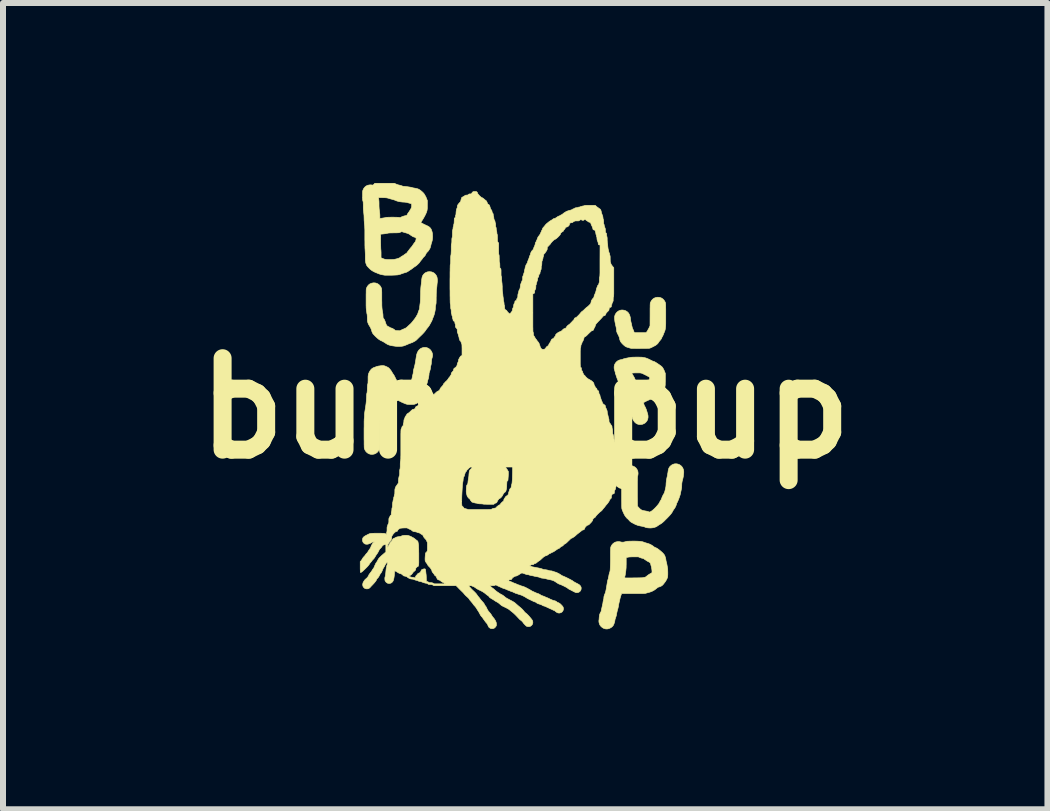
<source format=kicad_pcb>
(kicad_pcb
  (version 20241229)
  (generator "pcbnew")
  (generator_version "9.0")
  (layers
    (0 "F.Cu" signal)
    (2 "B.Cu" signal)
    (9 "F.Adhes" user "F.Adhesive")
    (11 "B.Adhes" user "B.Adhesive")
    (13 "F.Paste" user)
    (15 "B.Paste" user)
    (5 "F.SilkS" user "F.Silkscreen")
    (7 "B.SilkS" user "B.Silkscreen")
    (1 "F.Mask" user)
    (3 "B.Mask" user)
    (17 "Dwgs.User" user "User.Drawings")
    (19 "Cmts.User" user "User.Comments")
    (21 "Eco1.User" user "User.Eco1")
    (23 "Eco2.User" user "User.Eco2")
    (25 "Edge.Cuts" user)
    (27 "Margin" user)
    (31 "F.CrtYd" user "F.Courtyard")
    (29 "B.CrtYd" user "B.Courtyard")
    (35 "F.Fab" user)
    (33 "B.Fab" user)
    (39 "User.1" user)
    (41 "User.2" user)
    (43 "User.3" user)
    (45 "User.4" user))
  (footprint "bun_upup"
    (layer "F.Cu")
    (at 5.704 3.755)
    (property "Reference" "bun_upup" (at 0 0 0) (layer "F.SilkS") (effects (font (size 1.524 1.524) (thickness 0.3))))
    (attr through_hole)
    (fp_poly (pts (xy -0.738 0.891) (xy -0.717 0.892) (xy -0.698 0.894) (xy -0.676 0.896) (xy -0.652 0.899) (xy -0.623 0.903) (xy -0.611 0.905) (xy -0.594 0.906) (xy -0.574 0.908) (xy -0.553 0.909) (xy -0.542 0.91) (xy -0.508 0.912) (xy -0.48 0.914) (xy -0.456 0.917) (xy -0.437 0.921) (xy -0.421 0.926) (xy -0.408 0.932) (xy -0.396 0.939) (xy -0.384 0.948) (xy -0.38 0.952) (xy -0.37 0.959) (xy -0.357 0.966) (xy -0.351 0.968) (xy -0.334 0.975) (xy -0.324 0.983) (xy -0.32 0.992) (xy -0.32 0.993) (xy -0.318 1) (xy -0.315 1.004) (xy -0.309 1.009) (xy -0.302 1.019) (xy -0.295 1.03) (xy -0.288 1.042) (xy -0.283 1.051) (xy -0.281 1.055) (xy -0.281 1.062) (xy -0.281 1.074) (xy -0.281 1.091) (xy -0.282 1.111) (xy -0.283 1.134) (xy -0.285 1.158) (xy -0.286 1.172) (xy -0.287 1.19) (xy -0.289 1.202) (xy -0.292 1.209) (xy -0.297 1.212) (xy -0.302 1.213) (xy -0.304 1.215) (xy -0.305 1.222) (xy -0.306 1.234) (xy -0.307 1.251) (xy -0.308 1.269) (xy -0.309 1.306) (xy -0.312 1.336) (xy -0.317 1.36) (xy -0.322 1.379) (xy -0.329 1.391) (xy -0.338 1.399) (xy -0.34 1.399) (xy -0.348 1.405) (xy -0.353 1.411) (xy -0.358 1.419) (xy -0.364 1.427) (xy -0.365 1.428) (xy -0.37 1.435) (xy -0.373 1.442) (xy -0.373 1.442) (xy -0.376 1.45) (xy -0.382 1.46) (xy -0.391 1.472) (xy -0.401 1.484) (xy -0.412 1.494) (xy -0.422 1.502) (xy -0.43 1.506) (xy -0.432 1.506) (xy -0.438 1.508) (xy -0.44 1.511) (xy -0.442 1.517) (xy -0.448 1.524) (xy -0.45 1.525) (xy -0.457 1.535) (xy -0.463 1.546) (xy -0.465 1.55) (xy -0.472 1.566) (xy -0.481 1.576) (xy -0.491 1.58) (xy -0.493 1.58) (xy -0.503 1.583) (xy -0.513 1.59) (xy -0.524 1.6) (xy -0.611 1.6) (xy -0.637 1.6) (xy -0.659 1.599) (xy -0.678 1.599) (xy -0.692 1.598) (xy -0.701 1.597) (xy -0.703 1.596) (xy -0.709 1.595) (xy -0.719 1.594) (xy -0.732 1.593) (xy -0.742 1.593) (xy -0.763 1.592) (xy -0.781 1.59) (xy -0.795 1.586) (xy -0.807 1.583) (xy -0.818 1.58) (xy -0.824 1.58) (xy -0.833 1.579) (xy -0.844 1.576) (xy -0.854 1.573) (xy -0.867 1.57) (xy -0.877 1.566) (xy -0.883 1.565) (xy -0.891 1.56) (xy -0.899 1.55) (xy -0.899 1.55) (xy -0.904 1.542) (xy -0.908 1.537) (xy -0.91 1.536) (xy -0.913 1.534) (xy -0.916 1.527) (xy -0.917 1.525) (xy -0.924 1.512) (xy -0.933 1.505) (xy -0.942 1.498) (xy -0.951 1.488) (xy -0.959 1.476) (xy -0.966 1.465) (xy -0.97 1.457) (xy -0.97 1.455) (xy -0.971 1.448) (xy -0.974 1.438) (xy -0.977 1.429) (xy -0.979 1.421) (xy -0.981 1.413) (xy -0.982 1.403) (xy -0.983 1.391) (xy -0.983 1.375) (xy -0.982 1.359) (xy -0.981 1.333) (xy -0.98 1.313) (xy -0.978 1.298) (xy -0.975 1.286) (xy -0.971 1.278) (xy -0.966 1.271) (xy -0.966 1.27) (xy -0.96 1.263) (xy -0.957 1.252) (xy -0.955 1.242) (xy -0.953 1.218) (xy -0.949 1.19) (xy -0.944 1.159) (xy -0.943 1.153) (xy -0.941 1.141) (xy -0.939 1.124) (xy -0.938 1.105) (xy -0.937 1.093) (xy -0.935 1.074) (xy -0.933 1.059) (xy -0.931 1.048) (xy -0.927 1.038) (xy -0.92 1.026) (xy -0.912 1.016) (xy -0.906 1.011) (xy -0.903 1.01) (xy -0.899 1.007) (xy -0.895 1) (xy -0.89 0.99) (xy -0.886 0.98) (xy -0.883 0.972) (xy -0.883 0.97) (xy -0.882 0.961) (xy -0.881 0.955) (xy -0.876 0.949) (xy -0.867 0.943) (xy -0.855 0.939) (xy -0.844 0.937) (xy -0.842 0.937) (xy -0.833 0.935) (xy -0.824 0.93) (xy -0.817 0.924) (xy -0.803 0.911) (xy -0.792 0.901) (xy -0.783 0.895) (xy -0.774 0.892) (xy -0.764 0.891) (xy -0.751 0.891) (xy -0.738 0.891)) (stroke (width 0.01) (type solid)) (fill yes) (layer "F.SilkS"))
    (fp_poly (pts (xy 2.241 -1.848) (xy 2.268 -1.839) (xy 2.292 -1.824) (xy 2.312 -1.804) (xy 2.328 -1.779) (xy 2.334 -1.766) (xy 2.336 -1.762) (xy 2.337 -1.758) (xy 2.338 -1.753) (xy 2.339 -1.747) (xy 2.34 -1.739) (xy 2.34 -1.729) (xy 2.341 -1.716) (xy 2.341 -1.7) (xy 2.341 -1.679) (xy 2.342 -1.654) (xy 2.342 -1.623) (xy 2.342 -1.587) (xy 2.342 -1.568) (xy 2.342 -1.521) (xy 2.342 -1.48) (xy 2.342 -1.445) (xy 2.342 -1.415) (xy 2.341 -1.389) (xy 2.34 -1.367) (xy 2.338 -1.348) (xy 2.336 -1.332) (xy 2.334 -1.318) (xy 2.331 -1.305) (xy 2.328 -1.294) (xy 2.324 -1.283) (xy 2.322 -1.28) (xy 2.316 -1.263) (xy 2.308 -1.245) (xy 2.303 -1.23) (xy 2.297 -1.217) (xy 2.292 -1.205) (xy 2.287 -1.197) (xy 2.287 -1.196) (xy 2.281 -1.188) (xy 2.278 -1.18) (xy 2.27 -1.16) (xy 2.256 -1.141) (xy 2.245 -1.128) (xy 2.236 -1.117) (xy 2.227 -1.106) (xy 2.222 -1.097) (xy 2.222 -1.097) (xy 2.21 -1.08) (xy 2.192 -1.063) (xy 2.17 -1.047) (xy 2.152 -1.038) (xy 2.137 -1.03) (xy 2.121 -1.022) (xy 2.108 -1.015) (xy 2.103 -1.013) (xy 2.09 -1.007) (xy 2.076 -1.002) (xy 2.068 -1) (xy 2.062 -1) (xy 2.05 -0.999) (xy 2.033 -0.999) (xy 2.012 -0.998) (xy 1.987 -0.998) (xy 1.961 -0.998) (xy 1.933 -0.998) (xy 1.905 -0.997) (xy 1.877 -0.997) (xy 1.85 -0.997) (xy 1.826 -0.998) (xy 1.804 -0.998) (xy 1.787 -0.998) (xy 1.774 -0.998) (xy 1.767 -0.999) (xy 1.766 -0.999) (xy 1.757 -1.001) (xy 1.744 -1.004) (xy 1.729 -1.009) (xy 1.712 -1.014) (xy 1.698 -1.018) (xy 1.685 -1.023) (xy 1.678 -1.026) (xy 1.678 -1.026) (xy 1.665 -1.034) (xy 1.65 -1.046) (xy 1.634 -1.06) (xy 1.619 -1.075) (xy 1.608 -1.087) (xy 1.593 -1.106) (xy 1.583 -1.125) (xy 1.576 -1.145) (xy 1.572 -1.164) (xy 1.566 -1.187) (xy 1.556 -1.211) (xy 1.545 -1.233) (xy 1.542 -1.237) (xy 1.532 -1.258) (xy 1.524 -1.282) (xy 1.521 -1.31) (xy 1.519 -1.327) (xy 1.516 -1.347) (xy 1.512 -1.365) (xy 1.511 -1.368) (xy 1.505 -1.395) (xy 1.499 -1.423) (xy 1.494 -1.45) (xy 1.491 -1.476) (xy 1.489 -1.498) (xy 1.489 -1.517) (xy 1.49 -1.53) (xy 1.498 -1.558) (xy 1.513 -1.584) (xy 1.532 -1.605) (xy 1.555 -1.622) (xy 1.582 -1.633) (xy 1.597 -1.637) (xy 1.623 -1.638) (xy 1.649 -1.634) (xy 1.675 -1.625) (xy 1.698 -1.611) (xy 1.718 -1.592) (xy 1.726 -1.581) (xy 1.736 -1.562) (xy 1.745 -1.538) (xy 1.752 -1.512) (xy 1.755 -1.487) (xy 1.755 -1.486) (xy 1.757 -1.469) (xy 1.76 -1.45) (xy 1.764 -1.432) (xy 1.765 -1.428) (xy 1.77 -1.411) (xy 1.774 -1.391) (xy 1.777 -1.373) (xy 1.778 -1.371) (xy 1.785 -1.342) (xy 1.794 -1.32) (xy 1.801 -1.306) (xy 1.807 -1.291) (xy 1.811 -1.279) (xy 1.815 -1.269) (xy 1.818 -1.262) (xy 1.819 -1.26) (xy 1.823 -1.26) (xy 1.833 -1.26) (xy 1.847 -1.26) (xy 1.864 -1.26) (xy 1.885 -1.26) (xy 1.906 -1.26) (xy 1.928 -1.26) (xy 1.949 -1.26) (xy 1.969 -1.26) (xy 1.986 -1.26) (xy 1.998 -1.26) (xy 2.007 -1.26) (xy 2.009 -1.26) (xy 2.015 -1.263) (xy 2.022 -1.27) (xy 2.031 -1.281) (xy 2.038 -1.293) (xy 2.042 -1.3) (xy 2.047 -1.31) (xy 2.052 -1.319) (xy 2.054 -1.323) (xy 2.058 -1.328) (xy 2.063 -1.338) (xy 2.068 -1.35) (xy 2.07 -1.352) (xy 2.08 -1.377) (xy 2.081 -1.562) (xy 2.081 -1.602) (xy 2.081 -1.636) (xy 2.081 -1.664) (xy 2.082 -1.688) (xy 2.082 -1.707) (xy 2.082 -1.722) (xy 2.083 -1.733) (xy 2.083 -1.743) (xy 2.084 -1.749) (xy 2.085 -1.755) (xy 2.086 -1.759) (xy 2.088 -1.763) (xy 2.089 -1.766) (xy 2.103 -1.793) (xy 2.122 -1.816) (xy 2.144 -1.833) (xy 2.169 -1.844) (xy 2.198 -1.85) (xy 2.211 -1.851) (xy 2.241 -1.848)) (stroke (width 0.01) (type solid)) (fill yes) (layer "F.SilkS"))
    (fp_poly (pts (xy 2.542 0.929) (xy 2.566 0.937) (xy 2.588 0.951) (xy 2.608 0.968) (xy 2.623 0.99) (xy 2.635 1.016) (xy 2.64 1.035) (xy 2.642 1.054) (xy 2.642 1.077) (xy 2.639 1.103) (xy 2.636 1.132) (xy 2.63 1.161) (xy 2.624 1.186) (xy 2.618 1.208) (xy 2.614 1.225) (xy 2.612 1.239) (xy 2.61 1.252) (xy 2.609 1.265) (xy 2.609 1.276) (xy 2.607 1.323) (xy 2.598 1.37) (xy 2.596 1.378) (xy 2.593 1.393) (xy 2.59 1.408) (xy 2.588 1.418) (xy 2.585 1.431) (xy 2.581 1.447) (xy 2.574 1.467) (xy 2.567 1.488) (xy 2.559 1.509) (xy 2.551 1.529) (xy 2.543 1.548) (xy 2.536 1.563) (xy 2.531 1.573) (xy 2.528 1.576) (xy 2.525 1.583) (xy 2.522 1.593) (xy 2.522 1.594) (xy 2.519 1.607) (xy 2.512 1.624) (xy 2.504 1.642) (xy 2.495 1.659) (xy 2.486 1.673) (xy 2.483 1.677) (xy 2.474 1.688) (xy 2.465 1.703) (xy 2.457 1.717) (xy 2.456 1.719) (xy 2.45 1.731) (xy 2.442 1.743) (xy 2.432 1.757) (xy 2.419 1.773) (xy 2.403 1.791) (xy 2.383 1.812) (xy 2.359 1.837) (xy 2.34 1.855) (xy 2.321 1.875) (xy 2.304 1.891) (xy 2.29 1.903) (xy 2.278 1.913) (xy 2.265 1.922) (xy 2.251 1.931) (xy 2.241 1.936) (xy 2.229 1.944) (xy 2.216 1.953) (xy 2.208 1.958) (xy 2.196 1.967) (xy 2.185 1.974) (xy 2.171 1.979) (xy 2.154 1.985) (xy 2.15 1.986) (xy 2.122 1.992) (xy 2.092 1.995) (xy 2.06 1.994) (xy 2.038 1.992) (xy 2.023 1.989) (xy 2.007 1.985) (xy 1.995 1.98) (xy 1.995 1.98) (xy 1.988 1.977) (xy 1.981 1.975) (xy 1.973 1.973) (xy 1.962 1.97) (xy 1.948 1.967) (xy 1.929 1.963) (xy 1.92 1.962) (xy 1.899 1.957) (xy 1.881 1.953) (xy 1.865 1.947) (xy 1.848 1.941) (xy 1.828 1.932) (xy 1.811 1.923) (xy 1.788 1.911) (xy 1.77 1.901) (xy 1.755 1.891) (xy 1.743 1.88) (xy 1.731 1.867) (xy 1.726 1.861) (xy 1.719 1.853) (xy 1.709 1.844) (xy 1.704 1.84) (xy 1.692 1.829) (xy 1.678 1.812) (xy 1.664 1.793) (xy 1.652 1.773) (xy 1.645 1.758) (xy 1.634 1.735) (xy 1.626 1.716) (xy 1.62 1.702) (xy 1.616 1.691) (xy 1.613 1.681) (xy 1.611 1.673) (xy 1.61 1.669) (xy 1.609 1.663) (xy 1.609 1.65) (xy 1.608 1.631) (xy 1.608 1.607) (xy 1.608 1.577) (xy 1.607 1.542) (xy 1.607 1.502) (xy 1.607 1.459) (xy 1.607 1.411) (xy 1.607 1.365) (xy 1.608 1.315) (xy 1.608 1.27) (xy 1.608 1.232) (xy 1.608 1.199) (xy 1.608 1.171) (xy 1.608 1.148) (xy 1.609 1.128) (xy 1.609 1.112) (xy 1.609 1.099) (xy 1.61 1.089) (xy 1.611 1.081) (xy 1.611 1.075) (xy 1.612 1.071) (xy 1.613 1.067) (xy 1.614 1.064) (xy 1.615 1.06) (xy 1.615 1.06) (xy 1.624 1.042) (xy 1.636 1.023) (xy 1.649 1.005) (xy 1.663 0.99) (xy 1.671 0.983) (xy 1.694 0.968) (xy 1.72 0.959) (xy 1.747 0.955) (xy 1.774 0.957) (xy 1.799 0.964) (xy 1.823 0.976) (xy 1.844 0.993) (xy 1.857 1.009) (xy 1.871 1.033) (xy 1.879 1.06) (xy 1.881 1.088) (xy 1.878 1.115) (xy 1.875 1.126) (xy 1.874 1.13) (xy 1.873 1.134) (xy 1.872 1.139) (xy 1.871 1.146) (xy 1.871 1.155) (xy 1.87 1.167) (xy 1.87 1.181) (xy 1.87 1.199) (xy 1.869 1.221) (xy 1.869 1.248) (xy 1.869 1.279) (xy 1.869 1.316) (xy 1.869 1.359) (xy 1.869 1.382) (xy 1.869 1.432) (xy 1.869 1.476) (xy 1.87 1.515) (xy 1.87 1.549) (xy 1.87 1.578) (xy 1.871 1.6) (xy 1.871 1.617) (xy 1.872 1.627) (xy 1.873 1.63) (xy 1.876 1.636) (xy 1.884 1.646) (xy 1.893 1.656) (xy 1.9 1.663) (xy 1.913 1.676) (xy 1.925 1.686) (xy 1.937 1.694) (xy 1.952 1.7) (xy 1.969 1.705) (xy 1.99 1.709) (xy 2.013 1.713) (xy 2.029 1.716) (xy 2.046 1.721) (xy 2.055 1.724) (xy 2.076 1.73) (xy 2.097 1.718) (xy 2.113 1.708) (xy 2.131 1.693) (xy 2.151 1.675) (xy 2.172 1.654) (xy 2.191 1.633) (xy 2.209 1.612) (xy 2.225 1.592) (xy 2.236 1.574) (xy 2.24 1.566) (xy 2.247 1.552) (xy 2.254 1.54) (xy 2.26 1.53) (xy 2.261 1.529) (xy 2.267 1.52) (xy 2.272 1.507) (xy 2.277 1.493) (xy 2.278 1.49) (xy 2.284 1.475) (xy 2.291 1.46) (xy 2.298 1.447) (xy 2.298 1.446) (xy 2.316 1.415) (xy 2.328 1.381) (xy 2.331 1.367) (xy 2.335 1.351) (xy 2.338 1.335) (xy 2.341 1.324) (xy 2.344 1.309) (xy 2.346 1.292) (xy 2.347 1.279) (xy 2.348 1.252) (xy 2.351 1.222) (xy 2.355 1.191) (xy 2.361 1.161) (xy 2.364 1.147) (xy 2.368 1.131) (xy 2.372 1.111) (xy 2.375 1.089) (xy 2.379 1.069) (xy 2.379 1.066) (xy 2.383 1.039) (xy 2.388 1.018) (xy 2.393 1.001) (xy 2.401 0.986) (xy 2.41 0.973) (xy 2.42 0.963) (xy 2.442 0.945) (xy 2.466 0.933) (xy 2.491 0.926) (xy 2.517 0.925) (xy 2.542 0.929)) (stroke (width 0.01) (type solid)) (fill yes) (layer "F.SilkS"))
    (fp_poly (pts (xy 1.892 -0.853) (xy 1.914 -0.852) (xy 1.932 -0.852) (xy 1.947 -0.851) (xy 1.956 -0.85) (xy 1.956 -0.85) (xy 1.967 -0.847) (xy 1.982 -0.845) (xy 1.997 -0.842) (xy 1.998 -0.842) (xy 2.015 -0.837) (xy 2.036 -0.829) (xy 2.061 -0.818) (xy 2.091 -0.803) (xy 2.113 -0.792) (xy 2.121 -0.788) (xy 2.132 -0.784) (xy 2.14 -0.782) (xy 2.154 -0.777) (xy 2.168 -0.769) (xy 2.174 -0.766) (xy 2.186 -0.758) (xy 2.198 -0.75) (xy 2.203 -0.747) (xy 2.227 -0.731) (xy 2.248 -0.716) (xy 2.266 -0.703) (xy 2.278 -0.692) (xy 2.285 -0.685) (xy 2.295 -0.67) (xy 2.306 -0.651) (xy 2.317 -0.627) (xy 2.324 -0.609) (xy 2.335 -0.582) (xy 2.335 -0.478) (xy 2.335 -0.449) (xy 2.334 -0.426) (xy 2.334 -0.408) (xy 2.334 -0.394) (xy 2.333 -0.383) (xy 2.332 -0.375) (xy 2.331 -0.369) (xy 2.33 -0.363) (xy 2.328 -0.358) (xy 2.327 -0.356) (xy 2.32 -0.341) (xy 2.309 -0.325) (xy 2.296 -0.308) (xy 2.283 -0.292) (xy 2.27 -0.28) (xy 2.268 -0.278) (xy 2.259 -0.273) (xy 2.246 -0.266) (xy 2.232 -0.259) (xy 2.229 -0.258) (xy 2.204 -0.247) (xy 2.184 -0.236) (xy 2.167 -0.224) (xy 2.153 -0.211) (xy 2.141 -0.197) (xy 2.122 -0.175) (xy 2.101 -0.158) (xy 2.079 -0.146) (xy 2.069 -0.142) (xy 2.048 -0.133) (xy 2.026 -0.123) (xy 2.005 -0.113) (xy 1.988 -0.104) (xy 1.986 -0.103) (xy 1.978 -0.097) (xy 1.975 -0.093) (xy 1.974 -0.086) (xy 1.975 -0.082) (xy 1.98 -0.06) (xy 1.987 -0.042) (xy 1.994 -0.031) (xy 2.001 -0.019) (xy 2.009 -0.001) (xy 2.018 0.021) (xy 2.026 0.047) (xy 2.029 0.055) (xy 2.032 0.067) (xy 2.037 0.082) (xy 2.041 0.095) (xy 2.047 0.126) (xy 2.047 0.155) (xy 2.041 0.183) (xy 2.03 0.209) (xy 2.012 0.231) (xy 1.999 0.244) (xy 1.977 0.257) (xy 1.952 0.267) (xy 1.926 0.271) (xy 1.901 0.271) (xy 1.894 0.27) (xy 1.865 0.261) (xy 1.841 0.246) (xy 1.82 0.226) (xy 1.802 0.2) (xy 1.795 0.186) (xy 1.789 0.171) (xy 1.784 0.156) (xy 1.781 0.144) (xy 1.78 0.141) (xy 1.776 0.124) (xy 1.771 0.111) (xy 1.764 0.098) (xy 1.762 0.095) (xy 1.744 0.064) (xy 1.732 0.03) (xy 1.728 0.013) (xy 1.725 -0.003) (xy 1.721 -0.021) (xy 1.718 -0.035) (xy 1.718 -0.037) (xy 1.715 -0.051) (xy 1.712 -0.069) (xy 1.709 -0.085) (xy 1.709 -0.085) (xy 1.702 -0.116) (xy 1.694 -0.142) (xy 1.686 -0.16) (xy 1.682 -0.168) (xy 1.676 -0.179) (xy 1.67 -0.192) (xy 1.667 -0.201) (xy 1.657 -0.228) (xy 1.647 -0.254) (xy 1.637 -0.278) (xy 1.627 -0.298) (xy 1.626 -0.3) (xy 1.62 -0.311) (xy 1.614 -0.324) (xy 1.607 -0.339) (xy 1.6 -0.354) (xy 1.594 -0.368) (xy 1.589 -0.38) (xy 1.587 -0.387) (xy 1.586 -0.389) (xy 1.585 -0.393) (xy 1.58 -0.401) (xy 1.574 -0.408) (xy 1.565 -0.423) (xy 1.555 -0.442) (xy 1.544 -0.466) (xy 1.533 -0.493) (xy 1.523 -0.522) (xy 1.513 -0.552) (xy 1.504 -0.581) (xy 1.504 -0.584) (xy 1.776 -0.584) (xy 1.778 -0.58) (xy 1.782 -0.572) (xy 1.788 -0.563) (xy 1.805 -0.535) (xy 1.818 -0.512) (xy 1.827 -0.492) (xy 1.831 -0.482) (xy 1.842 -0.45) (xy 1.858 -0.42) (xy 1.863 -0.413) (xy 1.871 -0.4) (xy 1.877 -0.386) (xy 1.882 -0.375) (xy 1.885 -0.365) (xy 1.887 -0.357) (xy 1.888 -0.354) (xy 1.889 -0.352) (xy 1.891 -0.352) (xy 1.895 -0.352) (xy 1.902 -0.355) (xy 1.912 -0.36) (xy 1.928 -0.367) (xy 1.94 -0.374) (xy 1.955 -0.386) (xy 1.971 -0.402) (xy 1.983 -0.413) (xy 1.994 -0.424) (xy 2.004 -0.431) (xy 2.009 -0.435) (xy 2.019 -0.44) (xy 2.03 -0.448) (xy 2.037 -0.453) (xy 2.047 -0.461) (xy 2.057 -0.467) (xy 2.063 -0.47) (xy 2.07 -0.475) (xy 2.073 -0.482) (xy 2.073 -0.483) (xy 2.074 -0.492) (xy 2.074 -0.503) (xy 2.074 -0.505) (xy 2.074 -0.513) (xy 2.072 -0.518) (xy 2.066 -0.522) (xy 2.06 -0.526) (xy 2.049 -0.531) (xy 2.039 -0.537) (xy 2.036 -0.538) (xy 2.029 -0.542) (xy 2.019 -0.548) (xy 2.006 -0.554) (xy 2.003 -0.555) (xy 1.989 -0.562) (xy 1.975 -0.569) (xy 1.964 -0.575) (xy 1.963 -0.575) (xy 1.952 -0.58) (xy 1.942 -0.584) (xy 1.931 -0.587) (xy 1.918 -0.589) (xy 1.902 -0.59) (xy 1.881 -0.59) (xy 1.861 -0.59) (xy 1.832 -0.59) (xy 1.81 -0.589) (xy 1.793 -0.588) (xy 1.783 -0.587) (xy 1.777 -0.585) (xy 1.776 -0.584) (xy 1.504 -0.584) (xy 1.497 -0.609) (xy 1.496 -0.613) (xy 1.493 -0.624) (xy 1.49 -0.636) (xy 1.489 -0.638) (xy 1.482 -0.666) (xy 1.482 -0.693) (xy 1.487 -0.721) (xy 1.499 -0.746) (xy 1.516 -0.769) (xy 1.52 -0.773) (xy 1.542 -0.791) (xy 1.569 -0.804) (xy 1.594 -0.81) (xy 1.608 -0.813) (xy 1.623 -0.817) (xy 1.63 -0.82) (xy 1.637 -0.823) (xy 1.644 -0.825) (xy 1.653 -0.827) (xy 1.665 -0.83) (xy 1.68 -0.834) (xy 1.701 -0.838) (xy 1.72 -0.842) (xy 1.734 -0.844) (xy 1.749 -0.847) (xy 1.758 -0.849) (xy 1.767 -0.85) (xy 1.781 -0.851) (xy 1.8 -0.852) (xy 1.821 -0.852) (xy 1.845 -0.853) (xy 1.869 -0.853) (xy 1.892 -0.853)) (stroke (width 0.01) (type solid)) (fill yes) (layer "F.SilkS"))
    (fp_poly (pts (xy -1.565 -2.274) (xy -1.538 -2.265) (xy -1.515 -2.251) (xy -1.495 -2.231) (xy -1.479 -2.207) (xy -1.473 -2.194) (xy -1.468 -2.174) (xy -1.465 -2.15) (xy -1.464 -2.124) (xy -1.466 -2.099) (xy -1.466 -2.098) (xy -1.468 -2.082) (xy -1.47 -2.063) (xy -1.471 -2.05) (xy -1.472 -2.036) (xy -1.474 -2.018) (xy -1.476 -1.998) (xy -1.478 -1.986) (xy -1.48 -1.97) (xy -1.481 -1.95) (xy -1.482 -1.927) (xy -1.483 -1.9) (xy -1.483 -1.867) (xy -1.484 -1.853) (xy -1.484 -1.828) (xy -1.484 -1.804) (xy -1.485 -1.782) (xy -1.485 -1.764) (xy -1.486 -1.75) (xy -1.487 -1.742) (xy -1.487 -1.741) (xy -1.49 -1.728) (xy -1.493 -1.714) (xy -1.494 -1.71) (xy -1.496 -1.697) (xy -1.497 -1.683) (xy -1.497 -1.677) (xy -1.498 -1.657) (xy -1.501 -1.633) (xy -1.506 -1.607) (xy -1.512 -1.581) (xy -1.519 -1.556) (xy -1.526 -1.536) (xy -1.531 -1.524) (xy -1.536 -1.512) (xy -1.542 -1.498) (xy -1.546 -1.485) (xy -1.552 -1.469) (xy -1.559 -1.452) (xy -1.566 -1.44) (xy -1.574 -1.426) (xy -1.582 -1.411) (xy -1.588 -1.4) (xy -1.595 -1.387) (xy -1.604 -1.373) (xy -1.61 -1.365) (xy -1.619 -1.353) (xy -1.63 -1.339) (xy -1.638 -1.33) (xy -1.647 -1.318) (xy -1.657 -1.303) (xy -1.667 -1.289) (xy -1.669 -1.286) (xy -1.681 -1.271) (xy -1.698 -1.252) (xy -1.72 -1.229) (xy -1.746 -1.204) (xy -1.772 -1.179) (xy -1.781 -1.17) (xy -1.792 -1.159) (xy -1.802 -1.149) (xy -1.813 -1.138) (xy -1.827 -1.127) (xy -1.838 -1.12) (xy -1.851 -1.113) (xy -1.864 -1.106) (xy -1.872 -1.101) (xy -1.883 -1.096) (xy -1.897 -1.091) (xy -1.903 -1.089) (xy -1.913 -1.085) (xy -1.928 -1.08) (xy -1.944 -1.073) (xy -1.961 -1.066) (xy -1.963 -1.065) (xy -1.981 -1.057) (xy -1.999 -1.05) (xy -2.016 -1.044) (xy -2.029 -1.039) (xy -2.029 -1.039) (xy -2.055 -1.034) (xy -2.085 -1.032) (xy -2.119 -1.031) (xy -2.155 -1.033) (xy -2.183 -1.037) (xy -2.218 -1.042) (xy -2.247 -1.048) (xy -2.271 -1.055) (xy -2.293 -1.064) (xy -2.311 -1.074) (xy -2.329 -1.086) (xy -2.33 -1.086) (xy -2.342 -1.095) (xy -2.358 -1.104) (xy -2.375 -1.114) (xy -2.393 -1.123) (xy -2.405 -1.128) (xy -2.423 -1.138) (xy -2.444 -1.152) (xy -2.467 -1.171) (xy -2.492 -1.194) (xy -2.505 -1.207) (xy -2.521 -1.224) (xy -2.534 -1.238) (xy -2.543 -1.251) (xy -2.549 -1.264) (xy -2.555 -1.277) (xy -2.559 -1.294) (xy -2.571 -1.327) (xy -2.586 -1.357) (xy -2.598 -1.376) (xy -2.607 -1.391) (xy -2.616 -1.41) (xy -2.622 -1.424) (xy -2.625 -1.435) (xy -2.628 -1.445) (xy -2.63 -1.456) (xy -2.631 -1.468) (xy -2.631 -1.484) (xy -2.632 -1.504) (xy -2.632 -1.505) (xy -2.632 -1.524) (xy -2.633 -1.541) (xy -2.634 -1.555) (xy -2.635 -1.565) (xy -2.636 -1.568) (xy -2.638 -1.575) (xy -2.64 -1.587) (xy -2.642 -1.603) (xy -2.645 -1.62) (xy -2.646 -1.628) (xy -2.648 -1.641) (xy -2.649 -1.653) (xy -2.65 -1.665) (xy -2.651 -1.678) (xy -2.651 -1.693) (xy -2.652 -1.71) (xy -2.652 -1.731) (xy -2.652 -1.755) (xy -2.652 -1.785) (xy -2.652 -1.82) (xy -2.652 -1.833) (xy -2.652 -1.869) (xy -2.652 -1.899) (xy -2.651 -1.924) (xy -2.651 -1.944) (xy -2.651 -1.96) (xy -2.65 -1.973) (xy -2.65 -1.982) (xy -2.649 -1.989) (xy -2.648 -1.995) (xy -2.646 -2) (xy -2.645 -2.004) (xy -2.644 -2.006) (xy -2.63 -2.033) (xy -2.611 -2.056) (xy -2.589 -2.073) (xy -2.563 -2.084) (xy -2.535 -2.09) (xy -2.521 -2.091) (xy -2.492 -2.088) (xy -2.465 -2.079) (xy -2.441 -2.064) (xy -2.421 -2.044) (xy -2.405 -2.019) (xy -2.399 -2.006) (xy -2.397 -2.002) (xy -2.396 -1.997) (xy -2.394 -1.992) (xy -2.394 -1.986) (xy -2.393 -1.977) (xy -2.392 -1.966) (xy -2.392 -1.952) (xy -2.391 -1.934) (xy -2.391 -1.912) (xy -2.391 -1.884) (xy -2.391 -1.851) (xy -2.391 -1.833) (xy -2.391 -1.796) (xy -2.39 -1.765) (xy -2.39 -1.739) (xy -2.39 -1.717) (xy -2.389 -1.699) (xy -2.388 -1.682) (xy -2.387 -1.667) (xy -2.385 -1.653) (xy -2.384 -1.639) (xy -2.381 -1.623) (xy -2.378 -1.606) (xy -2.375 -1.587) (xy -2.372 -1.57) (xy -2.371 -1.551) (xy -2.37 -1.535) (xy -2.37 -1.535) (xy -2.37 -1.522) (xy -2.369 -1.513) (xy -2.367 -1.506) (xy -2.362 -1.499) (xy -2.361 -1.498) (xy -2.35 -1.482) (xy -2.342 -1.466) (xy -2.335 -1.448) (xy -2.327 -1.424) (xy -2.321 -1.406) (xy -2.315 -1.392) (xy -2.308 -1.382) (xy -2.302 -1.374) (xy -2.294 -1.368) (xy -2.284 -1.363) (xy -2.28 -1.361) (xy -2.269 -1.356) (xy -2.259 -1.35) (xy -2.254 -1.347) (xy -2.247 -1.342) (xy -2.241 -1.34) (xy -2.241 -1.34) (xy -2.232 -1.338) (xy -2.219 -1.333) (xy -2.204 -1.326) (xy -2.191 -1.318) (xy -2.181 -1.311) (xy -2.163 -1.296) (xy -2.127 -1.294) (xy -2.091 -1.292) (xy -2.051 -1.311) (xy -2.035 -1.318) (xy -2.02 -1.324) (xy -2.008 -1.33) (xy -2 -1.333) (xy -1.999 -1.333) (xy -1.992 -1.337) (xy -1.981 -1.345) (xy -1.969 -1.354) (xy -1.964 -1.359) (xy -1.95 -1.372) (xy -1.934 -1.387) (xy -1.919 -1.401) (xy -1.916 -1.403) (xy -1.903 -1.416) (xy -1.887 -1.434) (xy -1.87 -1.455) (xy -1.853 -1.477) (xy -1.837 -1.498) (xy -1.823 -1.519) (xy -1.814 -1.533) (xy -1.808 -1.545) (xy -1.8 -1.558) (xy -1.798 -1.561) (xy -1.792 -1.573) (xy -1.788 -1.587) (xy -1.786 -1.591) (xy -1.783 -1.602) (xy -1.778 -1.617) (xy -1.772 -1.631) (xy -1.771 -1.634) (xy -1.763 -1.653) (xy -1.76 -1.67) (xy -1.759 -1.675) (xy -1.759 -1.685) (xy -1.758 -1.699) (xy -1.756 -1.716) (xy -1.754 -1.735) (xy -1.753 -1.74) (xy -1.75 -1.761) (xy -1.748 -1.784) (xy -1.747 -1.81) (xy -1.746 -1.84) (xy -1.745 -1.875) (xy -1.745 -1.88) (xy -1.744 -1.915) (xy -1.744 -1.945) (xy -1.742 -1.972) (xy -1.741 -1.997) (xy -1.739 -2.021) (xy -1.736 -2.047) (xy -1.732 -2.076) (xy -1.732 -2.081) (xy -1.73 -2.1) (xy -1.727 -2.12) (xy -1.726 -2.138) (xy -1.725 -2.148) (xy -1.72 -2.179) (xy -1.711 -2.207) (xy -1.696 -2.23) (xy -1.677 -2.25) (xy -1.654 -2.264) (xy -1.627 -2.274) (xy -1.598 -2.277) (xy -1.595 -2.277) (xy -1.565 -2.274)) (stroke (width 0.01) (type solid)) (fill yes) (layer "F.SilkS"))
    (fp_poly (pts (xy -1.645 -1.012) (xy -1.621 -1.003) (xy -1.599 -0.99) (xy -1.58 -0.973) (xy -1.564 -0.951) (xy -1.552 -0.926) (xy -1.546 -0.905) (xy -1.544 -0.889) (xy -1.545 -0.873) (xy -1.548 -0.855) (xy -1.553 -0.838) (xy -1.557 -0.824) (xy -1.56 -0.808) (xy -1.562 -0.789) (xy -1.564 -0.766) (xy -1.565 -0.755) (xy -1.566 -0.74) (xy -1.569 -0.726) (xy -1.571 -0.717) (xy -1.575 -0.704) (xy -1.577 -0.69) (xy -1.578 -0.682) (xy -1.58 -0.667) (xy -1.583 -0.649) (xy -1.588 -0.631) (xy -1.593 -0.614) (xy -1.597 -0.601) (xy -1.598 -0.599) (xy -1.602 -0.589) (xy -1.603 -0.578) (xy -1.603 -0.577) (xy -1.604 -0.558) (xy -1.607 -0.537) (xy -1.61 -0.516) (xy -1.614 -0.498) (xy -1.618 -0.485) (xy -1.623 -0.471) (xy -1.627 -0.457) (xy -1.628 -0.448) (xy -1.631 -0.435) (xy -1.635 -0.42) (xy -1.637 -0.415) (xy -1.641 -0.401) (xy -1.644 -0.386) (xy -1.645 -0.38) (xy -1.647 -0.368) (xy -1.651 -0.353) (xy -1.657 -0.337) (xy -1.659 -0.332) (xy -1.669 -0.302) (xy -1.678 -0.274) (xy -1.685 -0.247) (xy -1.689 -0.229) (xy -1.694 -0.213) (xy -1.7 -0.194) (xy -1.708 -0.175) (xy -1.717 -0.158) (xy -1.725 -0.145) (xy -1.725 -0.145) (xy -1.739 -0.13) (xy -1.757 -0.115) (xy -1.777 -0.1) (xy -1.8 -0.087) (xy -1.821 -0.076) (xy -1.841 -0.069) (xy -1.848 -0.067) (xy -1.86 -0.065) (xy -1.877 -0.064) (xy -1.896 -0.064) (xy -1.917 -0.064) (xy -1.937 -0.064) (xy -1.955 -0.065) (xy -1.968 -0.066) (xy -1.97 -0.067) (xy -1.982 -0.07) (xy -1.997 -0.075) (xy -2.016 -0.083) (xy -2.036 -0.091) (xy -2.056 -0.1) (xy -2.074 -0.109) (xy -2.09 -0.117) (xy -2.1 -0.123) (xy -2.114 -0.131) (xy -2.13 -0.139) (xy -2.142 -0.143) (xy -2.157 -0.149) (xy -2.174 -0.156) (xy -2.186 -0.163) (xy -2.2 -0.171) (xy -2.214 -0.179) (xy -2.225 -0.185) (xy -2.249 -0.2) (xy -2.274 -0.219) (xy -2.296 -0.239) (xy -2.308 -0.252) (xy -2.321 -0.266) (xy -2.335 -0.281) (xy -2.348 -0.294) (xy -2.349 -0.295) (xy -2.359 -0.305) (xy -2.365 -0.311) (xy -2.368 -0.312) (xy -2.369 -0.311) (xy -2.37 -0.307) (xy -2.37 -0.276) (xy -2.371 -0.248) (xy -2.372 -0.225) (xy -2.374 -0.206) (xy -2.377 -0.194) (xy -2.378 -0.19) (xy -2.38 -0.18) (xy -2.382 -0.164) (xy -2.384 -0.143) (xy -2.384 -0.129) (xy -2.385 -0.111) (xy -2.386 -0.094) (xy -2.387 -0.081) (xy -2.389 -0.073) (xy -2.389 -0.072) (xy -2.391 -0.065) (xy -2.393 -0.054) (xy -2.395 -0.038) (xy -2.398 -0.019) (xy -2.401 0.002) (xy -2.401 0.005) (xy -2.404 0.026) (xy -2.407 0.046) (xy -2.41 0.062) (xy -2.412 0.075) (xy -2.413 0.082) (xy -2.413 0.083) (xy -2.415 0.092) (xy -2.416 0.105) (xy -2.417 0.119) (xy -2.417 0.119) (xy -2.417 0.136) (xy -2.418 0.155) (xy -2.42 0.172) (xy -2.421 0.18) (xy -2.421 0.195) (xy -2.422 0.216) (xy -2.422 0.243) (xy -2.423 0.274) (xy -2.423 0.31) (xy -2.424 0.35) (xy -2.424 0.394) (xy -2.424 0.432) (xy -2.424 0.477) (xy -2.424 0.516) (xy -2.425 0.549) (xy -2.425 0.577) (xy -2.425 0.6) (xy -2.425 0.619) (xy -2.426 0.635) (xy -2.426 0.647) (xy -2.427 0.657) (xy -2.427 0.664) (xy -2.428 0.67) (xy -2.429 0.674) (xy -2.43 0.678) (xy -2.432 0.681) (xy -2.432 0.683) (xy -2.446 0.71) (xy -2.465 0.733) (xy -2.488 0.75) (xy -2.514 0.762) (xy -2.543 0.768) (xy -2.545 0.768) (xy -2.559 0.768) (xy -2.573 0.767) (xy -2.579 0.766) (xy -2.607 0.758) (xy -2.631 0.743) (xy -2.652 0.724) (xy -2.668 0.701) (xy -2.68 0.674) (xy -2.683 0.661) (xy -2.683 0.655) (xy -2.684 0.642) (xy -2.684 0.624) (xy -2.685 0.602) (xy -2.685 0.575) (xy -2.685 0.546) (xy -2.686 0.514) (xy -2.686 0.479) (xy -2.686 0.444) (xy -2.686 0.408) (xy -2.686 0.372) (xy -2.686 0.338) (xy -2.685 0.304) (xy -2.685 0.273) (xy -2.685 0.245) (xy -2.685 0.22) (xy -2.684 0.2) (xy -2.684 0.184) (xy -2.683 0.174) (xy -2.683 0.172) (xy -2.681 0.158) (xy -2.68 0.14) (xy -2.679 0.122) (xy -2.679 0.119) (xy -2.679 0.108) (xy -2.679 0.098) (xy -2.678 0.087) (xy -2.676 0.075) (xy -2.674 0.06) (xy -2.671 0.042) (xy -2.667 0.018) (xy -2.665 0.005) (xy -2.658 -0.041) (xy -2.652 -0.086) (xy -2.648 -0.129) (xy -2.646 -0.168) (xy -2.645 -0.185) (xy -2.644 -0.21) (xy -2.643 -0.228) (xy -2.641 -0.242) (xy -2.639 -0.252) (xy -2.638 -0.253) (xy -2.636 -0.261) (xy -2.635 -0.272) (xy -2.633 -0.288) (xy -2.632 -0.308) (xy -2.632 -0.328) (xy -2.631 -0.352) (xy -2.63 -0.37) (xy -2.629 -0.384) (xy -2.627 -0.394) (xy -2.625 -0.402) (xy -2.625 -0.403) (xy -2.623 -0.41) (xy -2.621 -0.418) (xy -2.62 -0.429) (xy -2.62 -0.444) (xy -2.619 -0.463) (xy -2.619 -0.479) (xy -2.619 -0.506) (xy -2.619 -0.528) (xy -2.617 -0.546) (xy -2.615 -0.56) (xy -2.612 -0.573) (xy -2.607 -0.585) (xy -2.601 -0.598) (xy -2.601 -0.6) (xy -2.584 -0.628) (xy -2.567 -0.65) (xy -2.548 -0.666) (xy -2.525 -0.678) (xy -2.515 -0.682) (xy -2.502 -0.686) (xy -2.487 -0.692) (xy -2.478 -0.695) (xy -2.464 -0.7) (xy -2.448 -0.703) (xy -2.44 -0.705) (xy -2.426 -0.706) (xy -2.41 -0.709) (xy -2.399 -0.71) (xy -2.376 -0.712) (xy -2.358 -0.71) (xy -2.341 -0.706) (xy -2.322 -0.698) (xy -2.302 -0.689) (xy -2.285 -0.68) (xy -2.278 -0.675) (xy -2.267 -0.665) (xy -2.254 -0.65) (xy -2.241 -0.634) (xy -2.23 -0.618) (xy -2.222 -0.604) (xy -2.221 -0.603) (xy -2.214 -0.59) (xy -2.205 -0.576) (xy -2.2 -0.57) (xy -2.193 -0.56) (xy -2.184 -0.545) (xy -2.174 -0.526) (xy -2.165 -0.507) (xy -2.15 -0.477) (xy -2.135 -0.452) (xy -2.121 -0.434) (xy -2.107 -0.421) (xy -2.095 -0.414) (xy -2.084 -0.408) (xy -2.071 -0.4) (xy -2.066 -0.397) (xy -2.058 -0.391) (xy -2.051 -0.387) (xy -2.049 -0.387) (xy -2.043 -0.385) (xy -2.033 -0.381) (xy -2.02 -0.376) (xy -2.005 -0.369) (xy -1.989 -0.361) (xy -1.975 -0.354) (xy -1.963 -0.347) (xy -1.955 -0.343) (xy -1.945 -0.337) (xy -1.938 -0.333) (xy -1.934 -0.331) (xy -1.934 -0.331) (xy -1.933 -0.335) (xy -1.93 -0.344) (xy -1.926 -0.356) (xy -1.924 -0.363) (xy -1.92 -0.378) (xy -1.916 -0.391) (xy -1.913 -0.4) (xy -1.912 -0.403) (xy -1.908 -0.412) (xy -1.906 -0.423) (xy -1.905 -0.427) (xy -1.903 -0.437) (xy -1.9 -0.45) (xy -1.895 -0.466) (xy -1.893 -0.473) (xy -1.889 -0.49) (xy -1.885 -0.506) (xy -1.882 -0.52) (xy -1.881 -0.525) (xy -1.879 -0.539) (xy -1.875 -0.555) (xy -1.873 -0.562) (xy -1.87 -0.573) (xy -1.867 -0.588) (xy -1.866 -0.604) (xy -1.865 -0.608) (xy -1.862 -0.635) (xy -1.855 -0.661) (xy -1.853 -0.668) (xy -1.847 -0.69) (xy -1.84 -0.718) (xy -1.833 -0.752) (xy -1.826 -0.793) (xy -1.819 -0.839) (xy -1.815 -0.865) (xy -1.808 -0.899) (xy -1.798 -0.929) (xy -1.783 -0.956) (xy -1.768 -0.975) (xy -1.746 -0.994) (xy -1.721 -1.006) (xy -1.696 -1.013) (xy -1.671 -1.015) (xy -1.645 -1.012)) (stroke (width 0.01) (type solid)) (fill yes) (layer "F.SilkS"))
    (fp_poly (pts (xy 1.867 2.215) (xy 1.901 2.217) (xy 1.929 2.22) (xy 1.953 2.224) (xy 1.972 2.23) (xy 1.978 2.232) (xy 1.987 2.236) (xy 1.995 2.239) (xy 2.003 2.241) (xy 2.013 2.244) (xy 2.026 2.248) (xy 2.044 2.253) (xy 2.045 2.253) (xy 2.075 2.264) (xy 2.104 2.279) (xy 2.13 2.296) (xy 2.144 2.307) (xy 2.155 2.315) (xy 2.167 2.32) (xy 2.177 2.324) (xy 2.191 2.331) (xy 2.209 2.342) (xy 2.228 2.356) (xy 2.248 2.372) (xy 2.268 2.389) (xy 2.287 2.406) (xy 2.303 2.423) (xy 2.315 2.438) (xy 2.323 2.45) (xy 2.329 2.464) (xy 2.335 2.483) (xy 2.341 2.503) (xy 2.344 2.522) (xy 2.345 2.528) (xy 2.347 2.542) (xy 2.35 2.555) (xy 2.352 2.561) (xy 2.355 2.57) (xy 2.358 2.584) (xy 2.361 2.6) (xy 2.363 2.611) (xy 2.366 2.628) (xy 2.369 2.644) (xy 2.371 2.657) (xy 2.373 2.663) (xy 2.374 2.673) (xy 2.375 2.688) (xy 2.375 2.707) (xy 2.376 2.727) (xy 2.376 2.749) (xy 2.376 2.77) (xy 2.375 2.788) (xy 2.374 2.803) (xy 2.373 2.811) (xy 2.369 2.825) (xy 2.362 2.843) (xy 2.352 2.862) (xy 2.341 2.881) (xy 2.33 2.897) (xy 2.329 2.898) (xy 2.319 2.911) (xy 2.309 2.924) (xy 2.303 2.932) (xy 2.285 2.951) (xy 2.264 2.965) (xy 2.237 2.976) (xy 2.219 2.981) (xy 2.212 2.984) (xy 2.202 2.991) (xy 2.192 3) (xy 2.19 3.001) (xy 2.157 3.027) (xy 2.119 3.048) (xy 2.078 3.064) (xy 2.056 3.07) (xy 2.043 3.073) (xy 2.027 3.078) (xy 2.016 3.081) (xy 2.012 3.082) (xy 2.007 3.084) (xy 2.002 3.085) (xy 1.995 3.086) (xy 1.987 3.086) (xy 1.976 3.087) (xy 1.963 3.087) (xy 1.947 3.088) (xy 1.926 3.088) (xy 1.901 3.088) (xy 1.871 3.088) (xy 1.835 3.088) (xy 1.801 3.088) (xy 1.607 3.088) (xy 1.599 3.108) (xy 1.588 3.142) (xy 1.578 3.179) (xy 1.575 3.195) (xy 1.571 3.21) (xy 1.568 3.226) (xy 1.565 3.236) (xy 1.562 3.249) (xy 1.559 3.265) (xy 1.556 3.281) (xy 1.556 3.281) (xy 1.554 3.298) (xy 1.55 3.315) (xy 1.547 3.33) (xy 1.538 3.36) (xy 1.532 3.385) (xy 1.527 3.407) (xy 1.523 3.427) (xy 1.523 3.43) (xy 1.52 3.447) (xy 1.515 3.466) (xy 1.509 3.484) (xy 1.508 3.486) (xy 1.503 3.502) (xy 1.498 3.517) (xy 1.495 3.53) (xy 1.495 3.533) (xy 1.492 3.552) (xy 1.486 3.574) (xy 1.479 3.594) (xy 1.471 3.612) (xy 1.466 3.621) (xy 1.449 3.641) (xy 1.427 3.657) (xy 1.403 3.669) (xy 1.377 3.677) (xy 1.35 3.678) (xy 1.334 3.676) (xy 1.308 3.668) (xy 1.285 3.655) (xy 1.264 3.637) (xy 1.248 3.617) (xy 1.241 3.605) (xy 1.235 3.588) (xy 1.23 3.571) (xy 1.228 3.554) (xy 1.228 3.54) (xy 1.228 3.538) (xy 1.229 3.531) (xy 1.231 3.519) (xy 1.232 3.503) (xy 1.233 3.487) (xy 1.236 3.46) (xy 1.24 3.438) (xy 1.247 3.42) (xy 1.255 3.403) (xy 1.258 3.4) (xy 1.264 3.387) (xy 1.268 3.372) (xy 1.268 3.37) (xy 1.27 3.356) (xy 1.274 3.34) (xy 1.276 3.33) (xy 1.28 3.315) (xy 1.283 3.3) (xy 1.285 3.291) (xy 1.287 3.28) (xy 1.289 3.27) (xy 1.29 3.267) (xy 1.292 3.261) (xy 1.294 3.25) (xy 1.296 3.236) (xy 1.296 3.232) (xy 1.299 3.217) (xy 1.302 3.201) (xy 1.305 3.189) (xy 1.306 3.188) (xy 1.309 3.177) (xy 1.31 3.167) (xy 1.31 3.164) (xy 1.311 3.152) (xy 1.313 3.136) (xy 1.318 3.119) (xy 1.324 3.102) (xy 1.326 3.097) (xy 1.331 3.087) (xy 1.335 3.076) (xy 1.339 3.064) (xy 1.342 3.05) (xy 1.346 3.033) (xy 1.35 3.012) (xy 1.354 2.987) (xy 1.359 2.957) (xy 1.365 2.922) (xy 1.365 2.921) (xy 1.368 2.902) (xy 1.371 2.884) (xy 1.375 2.868) (xy 1.378 2.857) (xy 1.379 2.855) (xy 1.383 2.843) (xy 1.387 2.828) (xy 1.388 2.824) (xy 1.655 2.824) (xy 1.659 2.826) (xy 1.664 2.827) (xy 1.672 2.827) (xy 1.686 2.828) (xy 1.704 2.828) (xy 1.726 2.828) (xy 1.75 2.828) (xy 1.777 2.828) (xy 1.805 2.827) (xy 1.832 2.827) (xy 1.86 2.827) (xy 1.885 2.826) (xy 1.908 2.826) (xy 1.929 2.825) (xy 1.944 2.825) (xy 1.956 2.824) (xy 1.961 2.823) (xy 1.961 2.823) (xy 1.971 2.821) (xy 1.983 2.818) (xy 1.987 2.818) (xy 1.996 2.816) (xy 2.004 2.813) (xy 2.013 2.807) (xy 2.025 2.797) (xy 2.031 2.793) (xy 2.046 2.781) (xy 2.063 2.769) (xy 2.08 2.759) (xy 2.086 2.756) (xy 2.099 2.749) (xy 2.107 2.744) (xy 2.112 2.738) (xy 2.114 2.731) (xy 2.113 2.72) (xy 2.113 2.713) (xy 2.112 2.7) (xy 2.11 2.683) (xy 2.107 2.665) (xy 2.104 2.649) (xy 2.101 2.635) (xy 2.099 2.628) (xy 2.095 2.616) (xy 2.092 2.602) (xy 2.092 2.598) (xy 2.088 2.586) (xy 2.081 2.575) (xy 2.07 2.566) (xy 2.055 2.558) (xy 2.045 2.553) (xy 2.032 2.546) (xy 2.017 2.536) (xy 2.002 2.526) (xy 1.988 2.517) (xy 1.979 2.51) (xy 1.976 2.508) (xy 1.97 2.505) (xy 1.961 2.502) (xy 1.952 2.5) (xy 1.939 2.497) (xy 1.924 2.492) (xy 1.909 2.486) (xy 1.885 2.476) (xy 1.811 2.476) (xy 1.782 2.476) (xy 1.759 2.477) (xy 1.741 2.478) (xy 1.728 2.479) (xy 1.717 2.481) (xy 1.716 2.481) (xy 1.704 2.484) (xy 1.694 2.486) (xy 1.689 2.487) (xy 1.687 2.488) (xy 1.685 2.489) (xy 1.684 2.493) (xy 1.683 2.499) (xy 1.683 2.509) (xy 1.683 2.522) (xy 1.683 2.541) (xy 1.683 2.565) (xy 1.683 2.573) (xy 1.683 2.602) (xy 1.682 2.626) (xy 1.682 2.647) (xy 1.681 2.666) (xy 1.679 2.685) (xy 1.677 2.706) (xy 1.675 2.723) (xy 1.671 2.749) (xy 1.668 2.77) (xy 1.665 2.786) (xy 1.662 2.799) (xy 1.658 2.811) (xy 1.655 2.82) (xy 1.655 2.824) (xy 1.388 2.824) (xy 1.39 2.812) (xy 1.39 2.811) (xy 1.393 2.793) (xy 1.397 2.772) (xy 1.402 2.752) (xy 1.407 2.736) (xy 1.409 2.729) (xy 1.412 2.721) (xy 1.414 2.709) (xy 1.416 2.694) (xy 1.417 2.675) (xy 1.418 2.651) (xy 1.419 2.622) (xy 1.42 2.588) (xy 1.421 2.548) (xy 1.421 2.502) (xy 1.421 2.49) (xy 1.421 2.452) (xy 1.421 2.421) (xy 1.421 2.395) (xy 1.422 2.374) (xy 1.422 2.357) (xy 1.423 2.344) (xy 1.423 2.334) (xy 1.424 2.326) (xy 1.425 2.32) (xy 1.426 2.315) (xy 1.427 2.31) (xy 1.429 2.306) (xy 1.429 2.306) (xy 1.443 2.279) (xy 1.462 2.257) (xy 1.484 2.24) (xy 1.51 2.228) (xy 1.538 2.223) (xy 1.55 2.222) (xy 1.573 2.223) (xy 1.593 2.228) (xy 1.614 2.232) (xy 1.638 2.231) (xy 1.666 2.225) (xy 1.673 2.223) (xy 1.68 2.22) (xy 1.688 2.219) (xy 1.696 2.217) (xy 1.707 2.216) (xy 1.721 2.216) (xy 1.738 2.215) (xy 1.761 2.215) (xy 1.783 2.214) (xy 1.828 2.214) (xy 1.867 2.215)) (stroke (width 0.01) (type solid)) (fill yes) (layer "F.SilkS"))
    (fp_poly (pts (xy -2.164 -3.742) (xy -2.155 -3.738) (xy -2.142 -3.733) (xy -2.128 -3.728) (xy -2.113 -3.723) (xy -2.099 -3.72) (xy -2.088 -3.717) (xy -2.083 -3.716) (xy -2.078 -3.715) (xy -2.069 -3.712) (xy -2.058 -3.708) (xy -2.058 -3.708) (xy -2.045 -3.703) (xy -2.032 -3.7) (xy -2.024 -3.699) (xy -2.013 -3.699) (xy -1.997 -3.697) (xy -1.979 -3.695) (xy -1.958 -3.692) (xy -1.938 -3.689) (xy -1.919 -3.686) (xy -1.903 -3.683) (xy -1.892 -3.681) (xy -1.888 -3.679) (xy -1.874 -3.675) (xy -1.859 -3.672) (xy -1.853 -3.671) (xy -1.84 -3.669) (xy -1.824 -3.666) (xy -1.808 -3.662) (xy -1.793 -3.658) (xy -1.782 -3.654) (xy -1.778 -3.652) (xy -1.758 -3.641) (xy -1.738 -3.626) (xy -1.719 -3.61) (xy -1.701 -3.593) (xy -1.687 -3.577) (xy -1.679 -3.564) (xy -1.672 -3.552) (xy -1.665 -3.54) (xy -1.662 -3.535) (xy -1.657 -3.527) (xy -1.652 -3.514) (xy -1.646 -3.5) (xy -1.643 -3.492) (xy -1.631 -3.461) (xy -1.632 -3.386) (xy -1.632 -3.359) (xy -1.632 -3.338) (xy -1.633 -3.321) (xy -1.635 -3.307) (xy -1.637 -3.294) (xy -1.641 -3.281) (xy -1.645 -3.268) (xy -1.652 -3.253) (xy -1.652 -3.251) (xy -1.659 -3.237) (xy -1.668 -3.218) (xy -1.679 -3.197) (xy -1.691 -3.176) (xy -1.702 -3.157) (xy -1.712 -3.14) (xy -1.718 -3.132) (xy -1.725 -3.12) (xy -1.732 -3.11) (xy -1.736 -3.102) (xy -1.736 -3.102) (xy -1.738 -3.097) (xy -1.737 -3.093) (xy -1.733 -3.09) (xy -1.724 -3.086) (xy -1.721 -3.084) (xy -1.71 -3.079) (xy -1.701 -3.074) (xy -1.697 -3.072) (xy -1.692 -3.069) (xy -1.682 -3.064) (xy -1.669 -3.058) (xy -1.653 -3.051) (xy -1.65 -3.049) (xy -1.623 -3.037) (xy -1.602 -3.024) (xy -1.585 -3.009) (xy -1.572 -2.992) (xy -1.562 -2.972) (xy -1.554 -2.947) (xy -1.553 -2.944) (xy -1.547 -2.917) (xy -1.545 -2.887) (xy -1.544 -2.856) (xy -1.546 -2.825) (xy -1.55 -2.797) (xy -1.557 -2.772) (xy -1.558 -2.768) (xy -1.563 -2.754) (xy -1.568 -2.737) (xy -1.571 -2.723) (xy -1.575 -2.708) (xy -1.579 -2.693) (xy -1.582 -2.681) (xy -1.587 -2.667) (xy -1.597 -2.65) (xy -1.608 -2.632) (xy -1.62 -2.616) (xy -1.632 -2.604) (xy -1.635 -2.601) (xy -1.646 -2.589) (xy -1.653 -2.577) (xy -1.66 -2.561) (xy -1.671 -2.543) (xy -1.684 -2.528) (xy -1.691 -2.522) (xy -1.7 -2.513) (xy -1.708 -2.502) (xy -1.71 -2.499) (xy -1.716 -2.49) (xy -1.725 -2.478) (xy -1.732 -2.47) (xy -1.741 -2.46) (xy -1.75 -2.448) (xy -1.754 -2.441) (xy -1.761 -2.43) (xy -1.773 -2.417) (xy -1.787 -2.403) (xy -1.802 -2.389) (xy -1.817 -2.376) (xy -1.829 -2.368) (xy -1.842 -2.36) (xy -1.857 -2.349) (xy -1.872 -2.338) (xy -1.876 -2.335) (xy -1.889 -2.325) (xy -1.9 -2.317) (xy -1.909 -2.311) (xy -1.912 -2.309) (xy -1.919 -2.305) (xy -1.93 -2.298) (xy -1.942 -2.289) (xy -1.946 -2.287) (xy -1.959 -2.278) (xy -1.973 -2.271) (xy -1.985 -2.266) (xy -1.988 -2.265) (xy -2.016 -2.257) (xy -2.038 -2.25) (xy -2.056 -2.244) (xy -2.071 -2.238) (xy -2.078 -2.235) (xy -2.091 -2.231) (xy -2.108 -2.227) (xy -2.125 -2.223) (xy -2.128 -2.223) (xy -2.139 -2.222) (xy -2.156 -2.221) (xy -2.176 -2.22) (xy -2.199 -2.219) (xy -2.223 -2.218) (xy -2.249 -2.218) (xy -2.274 -2.218) (xy -2.297 -2.218) (xy -2.318 -2.218) (xy -2.335 -2.218) (xy -2.347 -2.219) (xy -2.353 -2.22) (xy -2.362 -2.222) (xy -2.375 -2.224) (xy -2.389 -2.227) (xy -2.391 -2.227) (xy -2.404 -2.23) (xy -2.417 -2.234) (xy -2.431 -2.238) (xy -2.447 -2.244) (xy -2.468 -2.253) (xy -2.491 -2.262) (xy -2.518 -2.274) (xy -2.54 -2.286) (xy -2.559 -2.298) (xy -2.578 -2.312) (xy -2.597 -2.33) (xy -2.607 -2.34) (xy -2.622 -2.356) (xy -2.634 -2.369) (xy -2.642 -2.382) (xy -2.648 -2.395) (xy -2.654 -2.412) (xy -2.657 -2.422) (xy -2.659 -2.43) (xy -2.661 -2.439) (xy -2.662 -2.448) (xy -2.663 -2.459) (xy -2.664 -2.472) (xy -2.665 -2.49) (xy -2.665 -2.512) (xy -2.665 -2.536) (xy -2.665 -2.562) (xy -2.666 -2.586) (xy -2.667 -2.608) (xy -2.668 -2.627) (xy -2.669 -2.642) (xy -2.669 -2.65) (xy -2.67 -2.658) (xy -2.671 -2.673) (xy -2.671 -2.692) (xy -2.672 -2.717) (xy -2.672 -2.745) (xy -2.672 -2.776) (xy -2.673 -2.81) (xy -2.673 -2.845) (xy -2.673 -2.856) (xy -2.411 -2.856) (xy -2.41 -2.833) (xy -2.41 -2.809) (xy -2.41 -2.782) (xy -2.41 -2.756) (xy -2.409 -2.731) (xy -2.409 -2.707) (xy -2.408 -2.686) (xy -2.408 -2.669) (xy -2.407 -2.657) (xy -2.407 -2.651) (xy -2.405 -2.637) (xy -2.404 -2.619) (xy -2.403 -2.599) (xy -2.403 -2.58) (xy -2.403 -2.556) (xy -2.403 -2.538) (xy -2.403 -2.525) (xy -2.403 -2.516) (xy -2.402 -2.51) (xy -2.401 -2.507) (xy -2.399 -2.506) (xy -2.397 -2.505) (xy -2.396 -2.505) (xy -2.389 -2.502) (xy -2.378 -2.498) (xy -2.366 -2.493) (xy -2.348 -2.486) (xy -2.327 -2.482) (xy -2.32 -2.481) (xy -2.304 -2.48) (xy -2.283 -2.479) (xy -2.26 -2.479) (xy -2.236 -2.479) (xy -2.213 -2.48) (xy -2.193 -2.481) (xy -2.191 -2.481) (xy -2.18 -2.483) (xy -2.164 -2.486) (xy -2.146 -2.49) (xy -2.132 -2.494) (xy -2.113 -2.5) (xy -2.099 -2.506) (xy -2.089 -2.511) (xy -2.079 -2.518) (xy -2.076 -2.521) (xy -2.064 -2.529) (xy -2.054 -2.536) (xy -2.046 -2.54) (xy -2.037 -2.544) (xy -2.026 -2.552) (xy -2.02 -2.557) (xy -2.008 -2.566) (xy -1.995 -2.575) (xy -1.989 -2.578) (xy -1.98 -2.583) (xy -1.974 -2.588) (xy -1.973 -2.59) (xy -1.971 -2.593) (xy -1.966 -2.601) (xy -1.958 -2.611) (xy -1.952 -2.619) (xy -1.942 -2.631) (xy -1.934 -2.643) (xy -1.927 -2.652) (xy -1.925 -2.655) (xy -1.919 -2.662) (xy -1.911 -2.672) (xy -1.902 -2.683) (xy -1.901 -2.683) (xy -1.891 -2.695) (xy -1.881 -2.708) (xy -1.875 -2.718) (xy -1.868 -2.728) (xy -1.859 -2.742) (xy -1.849 -2.755) (xy -1.846 -2.759) (xy -1.836 -2.771) (xy -1.83 -2.781) (xy -1.826 -2.79) (xy -1.823 -2.801) (xy -1.821 -2.808) (xy -1.819 -2.82) (xy -1.818 -2.83) (xy -1.817 -2.834) (xy -1.817 -2.835) (xy -1.82 -2.837) (xy -1.827 -2.841) (xy -1.83 -2.844) (xy -1.838 -2.849) (xy -1.844 -2.853) (xy -1.846 -2.853) (xy -1.856 -2.855) (xy -1.869 -2.86) (xy -1.884 -2.869) (xy -1.9 -2.879) (xy -1.913 -2.888) (xy -1.927 -2.899) (xy -1.94 -2.906) (xy -1.953 -2.912) (xy -1.967 -2.917) (xy -1.984 -2.922) (xy -2.004 -2.928) (xy -2.022 -2.933) (xy -2.025 -2.934) (xy -2.038 -2.938) (xy -2.049 -2.941) (xy -2.056 -2.943) (xy -2.058 -2.943) (xy -2.063 -2.942) (xy -2.071 -2.939) (xy -2.083 -2.934) (xy -2.083 -2.934) (xy -2.09 -2.931) (xy -2.096 -2.929) (xy -2.102 -2.927) (xy -2.11 -2.926) (xy -2.119 -2.925) (xy -2.132 -2.925) (xy -2.149 -2.924) (xy -2.17 -2.924) (xy -2.19 -2.924) (xy -2.22 -2.923) (xy -2.244 -2.923) (xy -2.262 -2.922) (xy -2.277 -2.921) (xy -2.287 -2.919) (xy -2.291 -2.918) (xy -2.306 -2.915) (xy -2.326 -2.911) (xy -2.349 -2.908) (xy -2.374 -2.905) (xy -2.387 -2.904) (xy -2.398 -2.903) (xy -2.407 -2.901) (xy -2.41 -2.9) (xy -2.41 -2.9) (xy -2.41 -2.89) (xy -2.41 -2.875) (xy -2.411 -2.856) (xy -2.673 -2.856) (xy -2.673 -2.885) (xy -2.673 -2.919) (xy -2.673 -2.948) (xy -2.673 -2.972) (xy -2.674 -2.992) (xy -2.675 -3.009) (xy -2.675 -3.023) (xy -2.676 -3.034) (xy -2.677 -3.045) (xy -2.678 -3.051) (xy -2.68 -3.068) (xy -2.682 -3.089) (xy -2.683 -3.113) (xy -2.685 -3.138) (xy -2.685 -3.151) (xy -2.686 -3.185) (xy -2.687 -3.214) (xy -2.69 -3.242) (xy -2.693 -3.27) (xy -2.696 -3.295) (xy -2.697 -3.305) (xy -2.698 -3.32) (xy -2.699 -3.338) (xy -2.699 -3.359) (xy -2.699 -3.375) (xy -2.699 -3.398) (xy -2.7 -3.415) (xy -2.7 -3.428) (xy -2.701 -3.439) (xy -2.703 -3.447) (xy -2.705 -3.453) (xy -2.707 -3.46) (xy -2.709 -3.468) (xy -2.71 -3.477) (xy -2.711 -3.489) (xy -2.711 -3.506) (xy -2.711 -3.511) (xy -2.447 -3.511) (xy -2.445 -3.503) (xy -2.441 -3.48) (xy -2.438 -3.452) (xy -2.437 -3.419) (xy -2.437 -3.391) (xy -2.437 -3.371) (xy -2.436 -3.35) (xy -2.435 -3.332) (xy -2.434 -3.319) (xy -2.433 -3.313) (xy -2.429 -3.286) (xy -2.427 -3.265) (xy -2.425 -3.248) (xy -2.424 -3.234) (xy -2.423 -3.222) (xy -2.423 -3.221) (xy -2.423 -3.206) (xy -2.423 -3.19) (xy -2.423 -3.183) (xy -2.423 -3.164) (xy -2.412 -3.165) (xy -2.404 -3.166) (xy -2.392 -3.168) (xy -2.377 -3.17) (xy -2.366 -3.172) (xy -2.35 -3.174) (xy -2.336 -3.177) (xy -2.324 -3.179) (xy -2.32 -3.181) (xy -2.312 -3.182) (xy -2.3 -3.183) (xy -2.282 -3.184) (xy -2.262 -3.184) (xy -2.238 -3.185) (xy -2.214 -3.185) (xy -2.189 -3.185) (xy -2.165 -3.184) (xy -2.143 -3.184) (xy -2.124 -3.183) (xy -2.109 -3.182) (xy -2.099 -3.181) (xy -2.096 -3.18) (xy -2.088 -3.178) (xy -2.082 -3.178) (xy -2.074 -3.182) (xy -2.071 -3.185) (xy -2.061 -3.19) (xy -2.046 -3.196) (xy -2.029 -3.202) (xy -2.011 -3.207) (xy -1.994 -3.211) (xy -1.991 -3.211) (xy -1.979 -3.214) (xy -1.971 -3.221) (xy -1.965 -3.231) (xy -1.963 -3.236) (xy -1.958 -3.245) (xy -1.951 -3.256) (xy -1.944 -3.265) (xy -1.936 -3.276) (xy -1.927 -3.29) (xy -1.917 -3.306) (xy -1.911 -3.316) (xy -1.903 -3.331) (xy -1.898 -3.342) (xy -1.895 -3.351) (xy -1.893 -3.36) (xy -1.893 -3.37) (xy -1.893 -3.376) (xy -1.893 -3.39) (xy -1.894 -3.401) (xy -1.896 -3.407) (xy -1.896 -3.407) (xy -1.901 -3.41) (xy -1.91 -3.413) (xy -1.92 -3.416) (xy -1.935 -3.42) (xy -1.95 -3.424) (xy -1.958 -3.426) (xy -1.974 -3.431) (xy -1.994 -3.434) (xy -2.014 -3.436) (xy -2.03 -3.437) (xy -2.038 -3.437) (xy -2.05 -3.438) (xy -2.066 -3.44) (xy -2.083 -3.442) (xy -2.083 -3.442) (xy -2.106 -3.446) (xy -2.125 -3.451) (xy -2.142 -3.456) (xy -2.152 -3.46) (xy -2.168 -3.467) (xy -2.188 -3.474) (xy -2.206 -3.479) (xy -2.206 -3.479) (xy -2.222 -3.484) (xy -2.239 -3.488) (xy -2.253 -3.492) (xy -2.255 -3.493) (xy -2.274 -3.499) (xy -2.289 -3.503) (xy -2.302 -3.506) (xy -2.314 -3.508) (xy -2.327 -3.509) (xy -2.343 -3.51) (xy -2.362 -3.51) (xy -2.38 -3.511) (xy -2.447 -3.511) (xy -2.711 -3.511) (xy -2.711 -3.527) (xy -2.711 -3.545) (xy -2.711 -3.57) (xy -2.711 -3.589) (xy -2.71 -3.604) (xy -2.71 -3.615) (xy -2.708 -3.624) (xy -2.707 -3.631) (xy -2.705 -3.635) (xy -2.693 -3.662) (xy -2.675 -3.685) (xy -2.654 -3.703) (xy -2.629 -3.716) (xy -2.601 -3.722) (xy -2.581 -3.724) (xy -2.568 -3.723) (xy -2.556 -3.722) (xy -2.548 -3.721) (xy -2.547 -3.721) (xy -2.542 -3.719) (xy -2.537 -3.721) (xy -2.531 -3.726) (xy -2.523 -3.733) (xy -2.507 -3.75) (xy -2.179 -3.75) (xy -2.164 -3.742)) (stroke (width 0.01) (type solid)) (fill yes) (layer "F.SilkS"))
    (fp_poly (pts (xy -0.826 -3.613) (xy -0.817 -3.612) (xy -0.811 -3.61) (xy -0.806 -3.606) (xy -0.803 -3.603) (xy -0.796 -3.593) (xy -0.793 -3.584) (xy -0.792 -3.579) (xy -0.788 -3.572) (xy -0.78 -3.563) (xy -0.769 -3.55) (xy -0.763 -3.544) (xy -0.751 -3.532) (xy -0.74 -3.523) (xy -0.732 -3.516) (xy -0.728 -3.513) (xy -0.727 -3.513) (xy -0.718 -3.51) (xy -0.706 -3.503) (xy -0.691 -3.492) (xy -0.683 -3.485) (xy -0.673 -3.476) (xy -0.664 -3.469) (xy -0.658 -3.465) (xy -0.657 -3.465) (xy -0.652 -3.461) (xy -0.646 -3.452) (xy -0.64 -3.442) (xy -0.635 -3.432) (xy -0.633 -3.425) (xy -0.633 -3.424) (xy -0.63 -3.413) (xy -0.621 -3.403) (xy -0.611 -3.397) (xy -0.601 -3.39) (xy -0.596 -3.383) (xy -0.595 -3.38) (xy -0.592 -3.371) (xy -0.588 -3.36) (xy -0.588 -3.36) (xy -0.585 -3.351) (xy -0.583 -3.344) (xy -0.583 -3.343) (xy -0.581 -3.335) (xy -0.576 -3.324) (xy -0.569 -3.312) (xy -0.562 -3.303) (xy -0.555 -3.291) (xy -0.553 -3.279) (xy -0.552 -3.267) (xy -0.546 -3.257) (xy -0.543 -3.254) (xy -0.537 -3.246) (xy -0.534 -3.237) (xy -0.533 -3.225) (xy -0.532 -3.213) (xy -0.53 -3.203) (xy -0.528 -3.2) (xy -0.526 -3.192) (xy -0.524 -3.18) (xy -0.523 -3.172) (xy -0.522 -3.158) (xy -0.519 -3.147) (xy -0.513 -3.137) (xy -0.506 -3.124) (xy -0.503 -3.111) (xy -0.503 -3.11) (xy -0.502 -3.099) (xy -0.498 -3.09) (xy -0.498 -3.09) (xy -0.495 -3.081) (xy -0.494 -3.066) (xy -0.493 -3.053) (xy -0.493 -3.035) (xy -0.491 -3.024) (xy -0.488 -3.018) (xy -0.485 -3.01) (xy -0.483 -2.996) (xy -0.483 -2.99) (xy -0.482 -2.976) (xy -0.48 -2.965) (xy -0.478 -2.96) (xy -0.476 -2.952) (xy -0.474 -2.94) (xy -0.473 -2.93) (xy -0.472 -2.916) (xy -0.47 -2.905) (xy -0.468 -2.9) (xy -0.466 -2.894) (xy -0.465 -2.886) (xy -0.464 -2.873) (xy -0.464 -2.855) (xy -0.463 -2.837) (xy -0.463 -2.783) (xy -0.453 -2.767) (xy -0.443 -2.752) (xy -0.443 -2.66) (xy -0.443 -2.631) (xy -0.443 -2.609) (xy -0.442 -2.591) (xy -0.442 -2.578) (xy -0.441 -2.569) (xy -0.44 -2.563) (xy -0.438 -2.56) (xy -0.436 -2.555) (xy -0.435 -2.546) (xy -0.434 -2.534) (xy -0.434 -2.516) (xy -0.433 -2.493) (xy -0.433 -2.493) (xy -0.433 -2.471) (xy -0.433 -2.454) (xy -0.432 -2.442) (xy -0.431 -2.434) (xy -0.429 -2.429) (xy -0.428 -2.428) (xy -0.426 -2.423) (xy -0.424 -2.415) (xy -0.424 -2.403) (xy -0.423 -2.386) (xy -0.423 -2.379) (xy -0.423 -2.361) (xy -0.422 -2.347) (xy -0.421 -2.339) (xy -0.42 -2.336) (xy -0.415 -2.334) (xy -0.41 -2.33) (xy -0.408 -2.327) (xy -0.406 -2.323) (xy -0.405 -2.317) (xy -0.404 -2.309) (xy -0.403 -2.297) (xy -0.403 -2.279) (xy -0.403 -2.264) (xy -0.403 -2.241) (xy -0.403 -2.225) (xy -0.402 -2.213) (xy -0.401 -2.205) (xy -0.399 -2.2) (xy -0.398 -2.198) (xy -0.396 -2.193) (xy -0.394 -2.183) (xy -0.393 -2.169) (xy -0.393 -2.157) (xy -0.393 -2.138) (xy -0.391 -2.118) (xy -0.389 -2.099) (xy -0.388 -2.093) (xy -0.386 -2.077) (xy -0.385 -2.056) (xy -0.383 -2.033) (xy -0.383 -2.013) (xy -0.383 -1.988) (xy -0.382 -1.965) (xy -0.38 -1.948) (xy -0.378 -1.94) (xy -0.376 -1.924) (xy -0.374 -1.906) (xy -0.373 -1.895) (xy -0.372 -1.879) (xy -0.37 -1.861) (xy -0.368 -1.85) (xy -0.366 -1.834) (xy -0.364 -1.818) (xy -0.363 -1.808) (xy -0.362 -1.796) (xy -0.36 -1.785) (xy -0.358 -1.78) (xy -0.356 -1.771) (xy -0.354 -1.759) (xy -0.353 -1.748) (xy -0.352 -1.732) (xy -0.35 -1.721) (xy -0.348 -1.718) (xy -0.345 -1.71) (xy -0.344 -1.697) (xy -0.343 -1.686) (xy -0.343 -1.668) (xy -0.34 -1.656) (xy -0.336 -1.647) (xy -0.329 -1.641) (xy -0.322 -1.638) (xy -0.31 -1.63) (xy -0.305 -1.622) (xy -0.3 -1.614) (xy -0.293 -1.605) (xy -0.283 -1.594) (xy -0.28 -1.592) (xy -0.26 -1.572) (xy -0.243 -1.588) (xy -0.228 -1.606) (xy -0.218 -1.623) (xy -0.213 -1.639) (xy -0.213 -1.643) (xy -0.212 -1.654) (xy -0.209 -1.663) (xy -0.2 -1.681) (xy -0.195 -1.697) (xy -0.193 -1.71) (xy -0.193 -1.712) (xy -0.192 -1.723) (xy -0.188 -1.736) (xy -0.183 -1.747) (xy -0.178 -1.754) (xy -0.177 -1.755) (xy -0.174 -1.759) (xy -0.173 -1.767) (xy -0.173 -1.769) (xy -0.172 -1.78) (xy -0.169 -1.787) (xy -0.162 -1.792) (xy -0.156 -1.794) (xy -0.148 -1.798) (xy -0.144 -1.803) (xy -0.143 -1.811) (xy -0.142 -1.82) (xy -0.139 -1.827) (xy -0.139 -1.827) (xy -0.13 -1.838) (xy -0.126 -1.85) (xy -0.123 -1.865) (xy -0.123 -1.873) (xy -0.123 -1.887) (xy -0.121 -1.899) (xy -0.119 -1.906) (xy 0.127 -1.906) (xy 0.127 -1.59) (xy 0.127 -1.537) (xy 0.127 -1.489) (xy 0.127 -1.448) (xy 0.127 -1.411) (xy 0.127 -1.381) (xy 0.127 -1.354) (xy 0.128 -1.332) (xy 0.128 -1.315) (xy 0.128 -1.3) (xy 0.129 -1.289) (xy 0.129 -1.281) (xy 0.13 -1.275) (xy 0.131 -1.271) (xy 0.131 -1.269) (xy 0.132 -1.268) (xy 0.135 -1.26) (xy 0.137 -1.246) (xy 0.137 -1.239) (xy 0.137 -1.226) (xy 0.139 -1.218) (xy 0.142 -1.211) (xy 0.145 -1.207) (xy 0.151 -1.198) (xy 0.158 -1.187) (xy 0.161 -1.18) (xy 0.168 -1.168) (xy 0.177 -1.155) (xy 0.183 -1.148) (xy 0.19 -1.14) (xy 0.195 -1.132) (xy 0.197 -1.129) (xy 0.199 -1.124) (xy 0.205 -1.117) (xy 0.209 -1.113) (xy 0.218 -1.102) (xy 0.227 -1.089) (xy 0.233 -1.076) (xy 0.237 -1.065) (xy 0.237 -1.062) (xy 0.239 -1.054) (xy 0.242 -1.048) (xy 0.246 -1.041) (xy 0.247 -1.036) (xy 0.249 -1.026) (xy 0.254 -1.014) (xy 0.262 -1.002) (xy 0.268 -0.994) (xy 0.274 -0.988) (xy 0.279 -0.985) (xy 0.287 -0.984) (xy 0.299 -0.983) (xy 0.3 -0.983) (xy 0.312 -0.983) (xy 0.32 -0.985) (xy 0.326 -0.988) (xy 0.332 -0.994) (xy 0.334 -0.996) (xy 0.341 -1.004) (xy 0.347 -1.012) (xy 0.348 -1.015) (xy 0.352 -1.022) (xy 0.36 -1.027) (xy 0.371 -1.034) (xy 0.383 -1.045) (xy 0.392 -1.058) (xy 0.396 -1.069) (xy 0.401 -1.08) (xy 0.409 -1.09) (xy 0.41 -1.091) (xy 0.417 -1.1) (xy 0.423 -1.11) (xy 0.423 -1.111) (xy 0.43 -1.128) (xy 0.436 -1.14) (xy 0.441 -1.148) (xy 0.447 -1.154) (xy 0.454 -1.157) (xy 0.457 -1.158) (xy 0.469 -1.163) (xy 0.475 -1.169) (xy 0.478 -1.174) (xy 0.483 -1.183) (xy 0.491 -1.193) (xy 0.495 -1.196) (xy 0.503 -1.206) (xy 0.506 -1.214) (xy 0.507 -1.216) (xy 0.508 -1.225) (xy 0.51 -1.23) (xy 0.515 -1.235) (xy 0.523 -1.243) (xy 0.534 -1.252) (xy 0.545 -1.26) (xy 0.555 -1.266) (xy 0.56 -1.269) (xy 0.577 -1.276) (xy 0.59 -1.282) (xy 0.599 -1.286) (xy 0.602 -1.287) (xy 0.616 -1.299) (xy 0.625 -1.308) (xy 0.628 -1.313) (xy 0.632 -1.317) (xy 0.64 -1.322) (xy 0.65 -1.327) (xy 0.66 -1.331) (xy 0.668 -1.333) (xy 0.669 -1.333) (xy 0.674 -1.336) (xy 0.68 -1.342) (xy 0.686 -1.35) (xy 0.688 -1.355) (xy 0.692 -1.361) (xy 0.698 -1.369) (xy 0.707 -1.378) (xy 0.716 -1.386) (xy 0.723 -1.391) (xy 0.727 -1.393) (xy 0.731 -1.395) (xy 0.739 -1.402) (xy 0.749 -1.411) (xy 0.76 -1.423) (xy 0.761 -1.424) (xy 0.773 -1.436) (xy 0.782 -1.446) (xy 0.79 -1.454) (xy 0.793 -1.457) (xy 0.793 -1.458) (xy 0.797 -1.462) (xy 0.804 -1.468) (xy 0.804 -1.468) (xy 0.811 -1.476) (xy 0.816 -1.487) (xy 0.816 -1.489) (xy 0.821 -1.499) (xy 0.828 -1.506) (xy 0.832 -1.507) (xy 0.84 -1.511) (xy 0.847 -1.513) (xy 0.848 -1.513) (xy 0.852 -1.515) (xy 0.859 -1.522) (xy 0.869 -1.531) (xy 0.881 -1.543) (xy 0.893 -1.555) (xy 0.905 -1.568) (xy 0.915 -1.58) (xy 0.923 -1.59) (xy 0.926 -1.594) (xy 0.934 -1.603) (xy 0.941 -1.61) (xy 0.945 -1.612) (xy 0.949 -1.615) (xy 0.958 -1.622) (xy 0.969 -1.631) (xy 0.982 -1.643) (xy 0.989 -1.65) (xy 1.002 -1.663) (xy 1.013 -1.673) (xy 1.022 -1.681) (xy 1.028 -1.686) (xy 1.03 -1.686) (xy 1.034 -1.689) (xy 1.041 -1.695) (xy 1.051 -1.703) (xy 1.061 -1.713) (xy 1.072 -1.724) (xy 1.081 -1.733) (xy 1.088 -1.741) (xy 1.091 -1.745) (xy 1.094 -1.752) (xy 1.096 -1.763) (xy 1.097 -1.766) (xy 1.102 -1.79) (xy 1.112 -1.809) (xy 1.126 -1.828) (xy 1.128 -1.83) (xy 1.138 -1.84) (xy 1.143 -1.848) (xy 1.146 -1.854) (xy 1.147 -1.861) (xy 1.148 -1.871) (xy 1.152 -1.883) (xy 1.156 -1.892) (xy 1.171 -1.926) (xy 1.181 -1.959) (xy 1.186 -1.985) (xy 1.189 -1.995) (xy 1.192 -2.004) (xy 1.192 -2.005) (xy 1.196 -2.014) (xy 1.201 -2.026) (xy 1.206 -2.038) (xy 1.208 -2.045) (xy 1.212 -2.052) (xy 1.218 -2.056) (xy 1.224 -2.06) (xy 1.226 -2.066) (xy 1.227 -2.072) (xy 1.228 -2.083) (xy 1.231 -2.091) (xy 1.231 -2.092) (xy 1.234 -2.096) (xy 1.235 -2.104) (xy 1.236 -2.117) (xy 1.236 -2.134) (xy 1.236 -2.142) (xy 1.237 -2.161) (xy 1.237 -2.175) (xy 1.239 -2.185) (xy 1.241 -2.19) (xy 1.241 -2.192) (xy 1.242 -2.194) (xy 1.243 -2.197) (xy 1.244 -2.203) (xy 1.244 -2.21) (xy 1.245 -2.221) (xy 1.245 -2.235) (xy 1.246 -2.253) (xy 1.246 -2.275) (xy 1.246 -2.301) (xy 1.246 -2.333) (xy 1.246 -2.369) (xy 1.246 -2.412) (xy 1.246 -2.461) (xy 1.247 -2.723) (xy 1.237 -2.723) (xy 1.226 -2.725) (xy 1.219 -2.733) (xy 1.217 -2.745) (xy 1.217 -2.748) (xy 1.215 -2.762) (xy 1.21 -2.777) (xy 1.202 -2.795) (xy 1.201 -2.797) (xy 1.199 -2.805) (xy 1.197 -2.817) (xy 1.196 -2.828) (xy 1.195 -2.845) (xy 1.193 -2.855) (xy 1.191 -2.858) (xy 1.188 -2.866) (xy 1.186 -2.874) (xy 1.185 -2.885) (xy 1.182 -2.893) (xy 1.178 -2.902) (xy 1.177 -2.913) (xy 1.177 -2.916) (xy 1.175 -2.927) (xy 1.173 -2.936) (xy 1.171 -2.938) (xy 1.168 -2.946) (xy 1.167 -2.953) (xy 1.164 -2.963) (xy 1.156 -2.97) (xy 1.145 -2.973) (xy 1.144 -2.973) (xy 1.135 -2.976) (xy 1.129 -2.984) (xy 1.127 -2.996) (xy 1.124 -3.007) (xy 1.118 -3.024) (xy 1.112 -3.037) (xy 1.105 -3.051) (xy 1.1 -3.062) (xy 1.097 -3.071) (xy 1.097 -3.074) (xy 1.094 -3.082) (xy 1.087 -3.091) (xy 1.078 -3.099) (xy 1.068 -3.103) (xy 1.066 -3.103) (xy 1.055 -3.106) (xy 1.046 -3.113) (xy 1.039 -3.119) (xy 1.033 -3.123) (xy 1.032 -3.123) (xy 1.027 -3.125) (xy 1.02 -3.131) (xy 1.011 -3.138) (xy 0.995 -3.152) (xy 0.986 -3.143) (xy 0.977 -3.136) (xy 0.968 -3.133) (xy 0.962 -3.133) (xy 0.951 -3.134) (xy 0.943 -3.137) (xy 0.942 -3.138) (xy 0.933 -3.143) (xy 0.922 -3.142) (xy 0.911 -3.137) (xy 0.906 -3.133) (xy 0.901 -3.129) (xy 0.897 -3.126) (xy 0.892 -3.124) (xy 0.883 -3.123) (xy 0.871 -3.123) (xy 0.86 -3.123) (xy 0.844 -3.123) (xy 0.832 -3.122) (xy 0.825 -3.121) (xy 0.823 -3.12) (xy 0.82 -3.117) (xy 0.814 -3.114) (xy 0.806 -3.11) (xy 0.797 -3.104) (xy 0.795 -3.102) (xy 0.788 -3.096) (xy 0.78 -3.094) (xy 0.77 -3.093) (xy 0.76 -3.092) (xy 0.754 -3.091) (xy 0.753 -3.09) (xy 0.75 -3.086) (xy 0.745 -3.084) (xy 0.74 -3.082) (xy 0.737 -3.078) (xy 0.737 -3.069) (xy 0.737 -3.068) (xy 0.736 -3.059) (xy 0.733 -3.053) (xy 0.728 -3.045) (xy 0.721 -3.038) (xy 0.712 -3.03) (xy 0.704 -3.025) (xy 0.699 -3.023) (xy 0.692 -3.022) (xy 0.682 -3.018) (xy 0.679 -3.017) (xy 0.671 -3.012) (xy 0.667 -3.007) (xy 0.667 -3.002) (xy 0.664 -2.994) (xy 0.656 -2.984) (xy 0.652 -2.98) (xy 0.644 -2.97) (xy 0.637 -2.961) (xy 0.635 -2.956) (xy 0.632 -2.949) (xy 0.624 -2.944) (xy 0.622 -2.943) (xy 0.611 -2.937) (xy 0.601 -2.928) (xy 0.592 -2.918) (xy 0.587 -2.908) (xy 0.587 -2.903) (xy 0.584 -2.896) (xy 0.577 -2.887) (xy 0.567 -2.875) (xy 0.554 -2.862) (xy 0.541 -2.848) (xy 0.526 -2.836) (xy 0.513 -2.825) (xy 0.501 -2.818) (xy 0.492 -2.813) (xy 0.49 -2.813) (xy 0.485 -2.811) (xy 0.478 -2.804) (xy 0.468 -2.796) (xy 0.457 -2.785) (xy 0.446 -2.774) (xy 0.437 -2.764) (xy 0.43 -2.756) (xy 0.427 -2.75) (xy 0.427 -2.749) (xy 0.424 -2.745) (xy 0.418 -2.737) (xy 0.409 -2.727) (xy 0.398 -2.716) (xy 0.397 -2.714) (xy 0.367 -2.684) (xy 0.367 -2.664) (xy 0.366 -2.649) (xy 0.363 -2.64) (xy 0.362 -2.638) (xy 0.357 -2.632) (xy 0.357 -2.628) (xy 0.354 -2.623) (xy 0.349 -2.616) (xy 0.347 -2.614) (xy 0.34 -2.606) (xy 0.336 -2.597) (xy 0.335 -2.596) (xy 0.331 -2.588) (xy 0.325 -2.584) (xy 0.318 -2.58) (xy 0.315 -2.574) (xy 0.313 -2.568) (xy 0.31 -2.566) (xy 0.308 -2.563) (xy 0.307 -2.556) (xy 0.307 -2.55) (xy 0.305 -2.537) (xy 0.302 -2.529) (xy 0.302 -2.528) (xy 0.298 -2.522) (xy 0.297 -2.511) (xy 0.297 -2.508) (xy 0.295 -2.497) (xy 0.292 -2.489) (xy 0.292 -2.488) (xy 0.288 -2.482) (xy 0.287 -2.474) (xy 0.285 -2.464) (xy 0.282 -2.458) (xy 0.279 -2.452) (xy 0.278 -2.442) (xy 0.277 -2.427) (xy 0.277 -2.417) (xy 0.276 -2.4) (xy 0.275 -2.389) (xy 0.274 -2.382) (xy 0.272 -2.378) (xy 0.269 -2.374) (xy 0.267 -2.365) (xy 0.267 -2.352) (xy 0.267 -2.344) (xy 0.266 -2.327) (xy 0.265 -2.317) (xy 0.263 -2.31) (xy 0.262 -2.309) (xy 0.258 -2.302) (xy 0.257 -2.294) (xy 0.255 -2.285) (xy 0.252 -2.279) (xy 0.248 -2.272) (xy 0.247 -2.261) (xy 0.247 -2.259) (xy 0.245 -2.245) (xy 0.24 -2.237) (xy 0.232 -2.233) (xy 0.231 -2.233) (xy 0.229 -2.231) (xy 0.227 -2.225) (xy 0.227 -2.214) (xy 0.226 -2.202) (xy 0.224 -2.194) (xy 0.22 -2.187) (xy 0.217 -2.184) (xy 0.211 -2.177) (xy 0.208 -2.17) (xy 0.207 -2.16) (xy 0.207 -2.153) (xy 0.206 -2.138) (xy 0.202 -2.129) (xy 0.202 -2.129) (xy 0.198 -2.122) (xy 0.197 -2.114) (xy 0.195 -2.105) (xy 0.192 -2.099) (xy 0.188 -2.092) (xy 0.187 -2.081) (xy 0.187 -2.079) (xy 0.185 -2.067) (xy 0.182 -2.059) (xy 0.182 -2.059) (xy 0.179 -2.054) (xy 0.177 -2.045) (xy 0.177 -2.032) (xy 0.177 -2.024) (xy 0.176 -2.006) (xy 0.175 -1.995) (xy 0.172 -1.989) (xy 0.168 -1.983) (xy 0.165 -1.976) (xy 0.163 -1.969) (xy 0.16 -1.966) (xy 0.158 -1.963) (xy 0.157 -1.955) (xy 0.157 -1.946) (xy 0.156 -1.932) (xy 0.155 -1.924) (xy 0.151 -1.918) (xy 0.144 -1.914) (xy 0.139 -1.912) (xy 0.127 -1.906) (xy -0.119 -1.906) (xy -0.119 -1.907) (xy -0.116 -1.916) (xy -0.112 -1.929) (xy -0.11 -1.94) (xy -0.107 -1.952) (xy -0.104 -1.964) (xy -0.101 -1.97) (xy -0.091 -1.987) (xy -0.085 -2.004) (xy -0.083 -2.023) (xy -0.082 -2.026) (xy -0.081 -2.041) (xy -0.079 -2.054) (xy -0.077 -2.063) (xy -0.077 -2.063) (xy -0.074 -2.072) (xy -0.069 -2.084) (xy -0.064 -2.098) (xy -0.062 -2.102) (xy -0.057 -2.115) (xy -0.053 -2.126) (xy -0.049 -2.132) (xy -0.048 -2.133) (xy -0.045 -2.138) (xy -0.044 -2.149) (xy -0.043 -2.165) (xy -0.043 -2.165) (xy -0.043 -2.183) (xy -0.041 -2.196) (xy -0.039 -2.203) (xy -0.035 -2.21) (xy -0.031 -2.222) (xy -0.028 -2.233) (xy -0.024 -2.245) (xy -0.021 -2.256) (xy -0.018 -2.262) (xy -0.015 -2.27) (xy -0.014 -2.281) (xy -0.013 -2.287) (xy -0.012 -2.3) (xy -0.01 -2.309) (xy -0.008 -2.312) (xy -0.005 -2.319) (xy -0.004 -2.329) (xy -0.003 -2.332) (xy -0.002 -2.342) (xy 0.001 -2.35) (xy 0.002 -2.352) (xy 0.005 -2.36) (xy 0.007 -2.367) (xy 0.009 -2.378) (xy 0.015 -2.392) (xy 0.025 -2.409) (xy 0.027 -2.411) (xy 0.033 -2.421) (xy 0.037 -2.43) (xy 0.037 -2.433) (xy 0.041 -2.446) (xy 0.047 -2.463) (xy 0.056 -2.485) (xy 0.057 -2.486) (xy 0.062 -2.5) (xy 0.067 -2.515) (xy 0.07 -2.525) (xy 0.073 -2.536) (xy 0.078 -2.547) (xy 0.08 -2.55) (xy 0.085 -2.559) (xy 0.087 -2.567) (xy 0.089 -2.58) (xy 0.095 -2.596) (xy 0.103 -2.612) (xy 0.113 -2.626) (xy 0.12 -2.633) (xy 0.131 -2.645) (xy 0.137 -2.656) (xy 0.138 -2.66) (xy 0.14 -2.668) (xy 0.145 -2.681) (xy 0.151 -2.694) (xy 0.153 -2.699) (xy 0.162 -2.72) (xy 0.166 -2.735) (xy 0.167 -2.741) (xy 0.169 -2.755) (xy 0.176 -2.769) (xy 0.177 -2.769) (xy 0.182 -2.779) (xy 0.186 -2.786) (xy 0.187 -2.789) (xy 0.188 -2.795) (xy 0.192 -2.803) (xy 0.193 -2.804) (xy 0.198 -2.814) (xy 0.202 -2.826) (xy 0.204 -2.832) (xy 0.209 -2.845) (xy 0.216 -2.858) (xy 0.219 -2.862) (xy 0.227 -2.872) (xy 0.236 -2.884) (xy 0.24 -2.889) (xy 0.247 -2.901) (xy 0.254 -2.913) (xy 0.256 -2.918) (xy 0.259 -2.927) (xy 0.262 -2.933) (xy 0.263 -2.935) (xy 0.266 -2.94) (xy 0.268 -2.947) (xy 0.271 -2.955) (xy 0.276 -2.965) (xy 0.278 -2.968) (xy 0.283 -2.977) (xy 0.286 -2.986) (xy 0.287 -2.988) (xy 0.289 -2.996) (xy 0.295 -3.006) (xy 0.299 -3.011) (xy 0.308 -3.021) (xy 0.318 -3.033) (xy 0.328 -3.045) (xy 0.338 -3.058) (xy 0.349 -3.07) (xy 0.359 -3.079) (xy 0.38 -3.096) (xy 0.397 -3.11) (xy 0.411 -3.12) (xy 0.423 -3.127) (xy 0.43 -3.131) (xy 0.443 -3.139) (xy 0.455 -3.147) (xy 0.461 -3.152) (xy 0.472 -3.16) (xy 0.483 -3.163) (xy 0.484 -3.163) (xy 0.495 -3.165) (xy 0.504 -3.169) (xy 0.511 -3.174) (xy 0.521 -3.181) (xy 0.533 -3.188) (xy 0.533 -3.189) (xy 0.544 -3.196) (xy 0.553 -3.201) (xy 0.56 -3.203) (xy 0.56 -3.203) (xy 0.566 -3.205) (xy 0.575 -3.209) (xy 0.577 -3.211) (xy 0.587 -3.217) (xy 0.599 -3.223) (xy 0.605 -3.226) (xy 0.617 -3.233) (xy 0.63 -3.243) (xy 0.637 -3.249) (xy 0.646 -3.256) (xy 0.653 -3.261) (xy 0.657 -3.263) (xy 0.662 -3.265) (xy 0.669 -3.27) (xy 0.67 -3.271) (xy 0.679 -3.277) (xy 0.694 -3.284) (xy 0.713 -3.291) (xy 0.734 -3.297) (xy 0.757 -3.303) (xy 0.757 -3.303) (xy 0.768 -3.306) (xy 0.78 -3.312) (xy 0.783 -3.314) (xy 0.791 -3.319) (xy 0.798 -3.323) (xy 0.8 -3.323) (xy 0.806 -3.325) (xy 0.815 -3.329) (xy 0.82 -3.333) (xy 0.832 -3.339) (xy 0.843 -3.342) (xy 0.853 -3.343) (xy 0.866 -3.344) (xy 0.875 -3.347) (xy 0.878 -3.348) (xy 0.886 -3.352) (xy 0.894 -3.353) (xy 0.903 -3.354) (xy 0.914 -3.357) (xy 0.914 -3.358) (xy 0.928 -3.363) (xy 0.943 -3.367) (xy 0.957 -3.371) (xy 0.969 -3.373) (xy 0.972 -3.373) (xy 0.981 -3.375) (xy 0.988 -3.378) (xy 0.991 -3.38) (xy 0.996 -3.381) (xy 1.005 -3.382) (xy 1.017 -3.382) (xy 1.033 -3.383) (xy 1.054 -3.383) (xy 1.08 -3.383) (xy 1.166 -3.383) (xy 1.182 -3.369) (xy 1.193 -3.359) (xy 1.204 -3.351) (xy 1.211 -3.347) (xy 1.218 -3.341) (xy 1.223 -3.337) (xy 1.223 -3.336) (xy 1.226 -3.334) (xy 1.233 -3.33) (xy 1.237 -3.328) (xy 1.25 -3.318) (xy 1.26 -3.303) (xy 1.266 -3.283) (xy 1.267 -3.28) (xy 1.269 -3.267) (xy 1.272 -3.255) (xy 1.273 -3.253) (xy 1.277 -3.241) (xy 1.281 -3.23) (xy 1.286 -3.218) (xy 1.29 -3.206) (xy 1.293 -3.196) (xy 1.295 -3.183) (xy 1.296 -3.175) (xy 1.297 -3.163) (xy 1.3 -3.153) (xy 1.302 -3.148) (xy 1.304 -3.141) (xy 1.306 -3.129) (xy 1.307 -3.111) (xy 1.307 -3.108) (xy 1.307 -3.09) (xy 1.308 -3.078) (xy 1.31 -3.07) (xy 1.312 -3.068) (xy 1.315 -3.06) (xy 1.316 -3.051) (xy 1.318 -3.042) (xy 1.321 -3.03) (xy 1.326 -3.017) (xy 1.326 -3.015) (xy 1.332 -3.001) (xy 1.335 -2.989) (xy 1.336 -2.977) (xy 1.336 -2.962) (xy 1.336 -2.958) (xy 1.337 -2.943) (xy 1.338 -2.932) (xy 1.339 -2.927) (xy 1.34 -2.926) (xy 1.344 -2.924) (xy 1.35 -2.92) (xy 1.354 -2.913) (xy 1.356 -2.903) (xy 1.356 -2.895) (xy 1.357 -2.881) (xy 1.36 -2.868) (xy 1.361 -2.863) (xy 1.364 -2.851) (xy 1.366 -2.835) (xy 1.366 -2.812) (xy 1.366 -2.807) (xy 1.367 -2.789) (xy 1.368 -2.774) (xy 1.369 -2.761) (xy 1.37 -2.753) (xy 1.37 -2.753) (xy 1.372 -2.745) (xy 1.374 -2.732) (xy 1.375 -2.716) (xy 1.376 -2.701) (xy 1.379 -2.676) (xy 1.382 -2.654) (xy 1.386 -2.64) (xy 1.39 -2.627) (xy 1.392 -2.616) (xy 1.393 -2.609) (xy 1.395 -2.599) (xy 1.4 -2.591) (xy 1.405 -2.581) (xy 1.407 -2.57) (xy 1.408 -2.559) (xy 1.411 -2.55) (xy 1.411 -2.55) (xy 1.413 -2.544) (xy 1.415 -2.535) (xy 1.416 -2.522) (xy 1.416 -2.504) (xy 1.416 -2.488) (xy 1.417 -2.466) (xy 1.417 -2.451) (xy 1.418 -2.44) (xy 1.42 -2.433) (xy 1.422 -2.428) (xy 1.422 -2.428) (xy 1.426 -2.42) (xy 1.426 -2.414) (xy 1.429 -2.407) (xy 1.435 -2.395) (xy 1.444 -2.382) (xy 1.455 -2.367) (xy 1.464 -2.357) (xy 1.476 -2.343) (xy 1.476 -2.103) (xy 1.476 -2.057) (xy 1.476 -2.017) (xy 1.476 -1.983) (xy 1.476 -1.953) (xy 1.476 -1.929) (xy 1.476 -1.91) (xy 1.475 -1.894) (xy 1.475 -1.882) (xy 1.474 -1.873) (xy 1.474 -1.866) (xy 1.473 -1.862) (xy 1.472 -1.859) (xy 1.471 -1.859) (xy 1.469 -1.854) (xy 1.467 -1.847) (xy 1.467 -1.834) (xy 1.466 -1.82) (xy 1.466 -1.804) (xy 1.466 -1.793) (xy 1.464 -1.785) (xy 1.461 -1.778) (xy 1.457 -1.77) (xy 1.456 -1.769) (xy 1.451 -1.758) (xy 1.447 -1.748) (xy 1.446 -1.743) (xy 1.445 -1.734) (xy 1.441 -1.729) (xy 1.438 -1.722) (xy 1.437 -1.711) (xy 1.436 -1.709) (xy 1.435 -1.695) (xy 1.429 -1.686) (xy 1.419 -1.683) (xy 1.417 -1.683) (xy 1.41 -1.682) (xy 1.405 -1.676) (xy 1.402 -1.67) (xy 1.398 -1.659) (xy 1.397 -1.647) (xy 1.396 -1.646) (xy 1.396 -1.64) (xy 1.394 -1.634) (xy 1.389 -1.627) (xy 1.381 -1.619) (xy 1.371 -1.61) (xy 1.361 -1.599) (xy 1.353 -1.59) (xy 1.348 -1.584) (xy 1.347 -1.582) (xy 1.345 -1.577) (xy 1.342 -1.568) (xy 1.339 -1.562) (xy 1.333 -1.551) (xy 1.326 -1.546) (xy 1.323 -1.545) (xy 1.309 -1.541) (xy 1.301 -1.537) (xy 1.294 -1.531) (xy 1.292 -1.527) (xy 1.287 -1.521) (xy 1.279 -1.511) (xy 1.268 -1.499) (xy 1.254 -1.484) (xy 1.239 -1.468) (xy 1.231 -1.46) (xy 1.215 -1.444) (xy 1.202 -1.429) (xy 1.19 -1.417) (xy 1.182 -1.407) (xy 1.177 -1.401) (xy 1.177 -1.399) (xy 1.175 -1.393) (xy 1.172 -1.388) (xy 1.168 -1.379) (xy 1.167 -1.374) (xy 1.165 -1.366) (xy 1.16 -1.356) (xy 1.157 -1.349) (xy 1.151 -1.34) (xy 1.147 -1.333) (xy 1.147 -1.331) (xy 1.145 -1.326) (xy 1.142 -1.318) (xy 1.139 -1.312) (xy 1.132 -1.3) (xy 1.125 -1.295) (xy 1.124 -1.295) (xy 1.114 -1.293) (xy 1.109 -1.292) (xy 1.104 -1.289) (xy 1.096 -1.282) (xy 1.085 -1.272) (xy 1.071 -1.259) (xy 1.057 -1.245) (xy 1.053 -1.242) (xy 1.036 -1.224) (xy 1.022 -1.211) (xy 1.012 -1.202) (xy 1.004 -1.196) (xy 0.999 -1.194) (xy 0.997 -1.193) (xy 0.99 -1.191) (xy 0.985 -1.186) (xy 0.982 -1.18) (xy 0.979 -1.171) (xy 0.977 -1.163) (xy 0.977 -1.161) (xy 0.975 -1.153) (xy 0.972 -1.148) (xy 0.968 -1.14) (xy 0.967 -1.133) (xy 0.964 -1.125) (xy 0.958 -1.115) (xy 0.957 -1.114) (xy 0.949 -1.102) (xy 0.947 -1.093) (xy 0.945 -1.085) (xy 0.942 -1.079) (xy 0.937 -1.073) (xy 0.937 -1.069) (xy 0.935 -1.063) (xy 0.932 -1.058) (xy 0.929 -1.05) (xy 0.927 -1.038) (xy 0.927 -1.033) (xy 0.926 -1.02) (xy 0.923 -1.01) (xy 0.922 -1.008) (xy 0.92 -1.006) (xy 0.92 -1.001) (xy 0.919 -0.995) (xy 0.918 -0.986) (xy 0.918 -0.973) (xy 0.917 -0.956) (xy 0.917 -0.935) (xy 0.917 -0.908) (xy 0.917 -0.876) (xy 0.917 -0.844) (xy 0.917 -0.803) (xy 0.917 -0.768) (xy 0.917 -0.739) (xy 0.918 -0.716) (xy 0.918 -0.7) (xy 0.919 -0.69) (xy 0.92 -0.687) (xy 0.92 -0.687) (xy 0.924 -0.684) (xy 0.93 -0.68) (xy 0.934 -0.673) (xy 0.936 -0.664) (xy 0.937 -0.655) (xy 0.937 -0.643) (xy 0.94 -0.634) (xy 0.947 -0.625) (xy 0.953 -0.616) (xy 0.956 -0.609) (xy 0.957 -0.606) (xy 0.958 -0.6) (xy 0.961 -0.591) (xy 0.967 -0.579) (xy 0.967 -0.577) (xy 0.975 -0.563) (xy 0.981 -0.554) (xy 0.985 -0.552) (xy 0.992 -0.548) (xy 0.995 -0.544) (xy 0.999 -0.536) (xy 1.008 -0.526) (xy 1.019 -0.514) (xy 1.032 -0.503) (xy 1.045 -0.493) (xy 1.056 -0.486) (xy 1.058 -0.485) (xy 1.07 -0.479) (xy 1.085 -0.47) (xy 1.1 -0.461) (xy 1.105 -0.458) (xy 1.124 -0.442) (xy 1.138 -0.427) (xy 1.145 -0.411) (xy 1.147 -0.399) (xy 1.15 -0.386) (xy 1.157 -0.375) (xy 1.163 -0.366) (xy 1.166 -0.357) (xy 1.167 -0.355) (xy 1.17 -0.347) (xy 1.176 -0.342) (xy 1.188 -0.333) (xy 1.195 -0.321) (xy 1.197 -0.313) (xy 1.198 -0.306) (xy 1.203 -0.301) (xy 1.209 -0.297) (xy 1.218 -0.291) (xy 1.224 -0.285) (xy 1.226 -0.277) (xy 1.227 -0.263) (xy 1.228 -0.251) (xy 1.232 -0.241) (xy 1.237 -0.235) (xy 1.244 -0.223) (xy 1.246 -0.211) (xy 1.247 -0.209) (xy 1.248 -0.199) (xy 1.251 -0.19) (xy 1.251 -0.189) (xy 1.254 -0.182) (xy 1.258 -0.171) (xy 1.261 -0.16) (xy 1.266 -0.145) (xy 1.272 -0.128) (xy 1.276 -0.119) (xy 1.282 -0.108) (xy 1.285 -0.098) (xy 1.286 -0.092) (xy 1.29 -0.084) (xy 1.299 -0.073) (xy 1.314 -0.062) (xy 1.316 -0.06) (xy 1.328 -0.052) (xy 1.334 -0.044) (xy 1.336 -0.036) (xy 1.337 -0.03) (xy 1.338 -0.02) (xy 1.344 -0.006) (xy 1.351 0.008) (xy 1.358 0.024) (xy 1.363 0.037) (xy 1.366 0.05) (xy 1.367 0.06) (xy 1.368 0.074) (xy 1.37 0.086) (xy 1.372 0.095) (xy 1.372 0.095) (xy 1.375 0.103) (xy 1.378 0.115) (xy 1.381 0.129) (xy 1.382 0.133) (xy 1.385 0.147) (xy 1.388 0.16) (xy 1.391 0.169) (xy 1.392 0.171) (xy 1.394 0.179) (xy 1.396 0.191) (xy 1.396 0.204) (xy 1.397 0.218) (xy 1.398 0.227) (xy 1.401 0.234) (xy 1.406 0.241) (xy 1.407 0.243) (xy 1.415 0.253) (xy 1.421 0.263) (xy 1.423 0.267) (xy 1.429 0.275) (xy 1.436 0.285) (xy 1.438 0.287) (xy 1.443 0.294) (xy 1.446 0.303) (xy 1.447 0.315) (xy 1.447 0.316) (xy 1.448 0.329) (xy 1.45 0.339) (xy 1.452 0.341) (xy 1.454 0.347) (xy 1.455 0.355) (xy 1.456 0.369) (xy 1.457 0.386) (xy 1.457 0.405) (xy 1.458 0.418) (xy 1.459 0.427) (xy 1.462 0.431) (xy 1.466 0.44) (xy 1.467 0.446) (xy 1.469 0.456) (xy 1.472 0.461) (xy 1.475 0.47) (xy 1.476 0.483) (xy 1.477 0.49) (xy 1.477 0.504) (xy 1.48 0.515) (xy 1.481 0.52) (xy 1.484 0.528) (xy 1.486 0.54) (xy 1.486 0.546) (xy 1.487 0.556) (xy 1.489 0.562) (xy 1.49 0.563) (xy 1.494 0.565) (xy 1.5 0.57) (xy 1.504 0.575) (xy 1.506 0.583) (xy 1.507 0.594) (xy 1.507 0.599) (xy 1.507 0.613) (xy 1.51 0.625) (xy 1.511 0.63) (xy 1.514 0.638) (xy 1.516 0.65) (xy 1.516 0.656) (xy 1.517 0.668) (xy 1.52 0.677) (xy 1.526 0.685) (xy 1.526 0.685) (xy 1.536 0.697) (xy 1.536 0.921) (xy 1.536 0.966) (xy 1.536 1.005) (xy 1.536 1.038) (xy 1.536 1.065) (xy 1.536 1.088) (xy 1.536 1.107) (xy 1.535 1.121) (xy 1.535 1.132) (xy 1.534 1.141) (xy 1.533 1.146) (xy 1.533 1.15) (xy 1.532 1.152) (xy 1.529 1.159) (xy 1.527 1.171) (xy 1.527 1.187) (xy 1.526 1.203) (xy 1.525 1.214) (xy 1.522 1.22) (xy 1.521 1.221) (xy 1.519 1.225) (xy 1.518 1.232) (xy 1.517 1.243) (xy 1.516 1.259) (xy 1.516 1.266) (xy 1.516 1.284) (xy 1.515 1.298) (xy 1.514 1.306) (xy 1.512 1.312) (xy 1.512 1.312) (xy 1.508 1.319) (xy 1.507 1.329) (xy 1.507 1.331) (xy 1.504 1.346) (xy 1.496 1.36) (xy 1.49 1.372) (xy 1.487 1.383) (xy 1.486 1.396) (xy 1.485 1.411) (xy 1.481 1.421) (xy 1.474 1.426) (xy 1.468 1.426) (xy 1.457 1.428) (xy 1.449 1.433) (xy 1.446 1.44) (xy 1.444 1.447) (xy 1.441 1.451) (xy 1.438 1.459) (xy 1.437 1.473) (xy 1.436 1.476) (xy 1.436 1.487) (xy 1.435 1.495) (xy 1.431 1.501) (xy 1.423 1.509) (xy 1.421 1.51) (xy 1.414 1.518) (xy 1.408 1.525) (xy 1.406 1.529) (xy 1.404 1.536) (xy 1.399 1.547) (xy 1.39 1.561) (xy 1.38 1.576) (xy 1.368 1.591) (xy 1.358 1.603) (xy 1.348 1.614) (xy 1.34 1.624) (xy 1.335 1.63) (xy 1.333 1.633) (xy 1.331 1.637) (xy 1.326 1.644) (xy 1.318 1.653) (xy 1.316 1.655) (xy 1.305 1.668) (xy 1.295 1.68) (xy 1.287 1.691) (xy 1.287 1.691) (xy 1.278 1.702) (xy 1.266 1.713) (xy 1.261 1.717) (xy 1.25 1.725) (xy 1.237 1.736) (xy 1.224 1.749) (xy 1.21 1.762) (xy 1.198 1.775) (xy 1.187 1.786) (xy 1.179 1.796) (xy 1.176 1.802) (xy 1.175 1.803) (xy 1.17 1.812) (xy 1.16 1.82) (xy 1.142 1.832) (xy 1.131 1.843) (xy 1.127 1.854) (xy 1.126 1.855) (xy 1.125 1.865) (xy 1.119 1.876) (xy 1.109 1.89) (xy 1.095 1.906) (xy 1.083 1.918) (xy 1.071 1.931) (xy 1.061 1.939) (xy 1.054 1.944) (xy 1.049 1.946) (xy 1.046 1.946) (xy 1.039 1.948) (xy 1.031 1.953) (xy 1.02 1.962) (xy 1.016 1.965) (xy 1.007 1.975) (xy 1 1.982) (xy 0.997 1.988) (xy 0.997 1.988) (xy 0.995 1.994) (xy 0.991 2.003) (xy 0.986 2.013) (xy 0.981 2.021) (xy 0.978 2.024) (xy 0.973 2.026) (xy 0.966 2.026) (xy 0.957 2.029) (xy 0.948 2.034) (xy 0.946 2.036) (xy 0.939 2.041) (xy 0.928 2.05) (xy 0.915 2.06) (xy 0.901 2.071) (xy 0.9 2.071) (xy 0.884 2.084) (xy 0.867 2.097) (xy 0.852 2.11) (xy 0.842 2.12) (xy 0.83 2.13) (xy 0.816 2.141) (xy 0.802 2.15) (xy 0.788 2.159) (xy 0.777 2.164) (xy 0.769 2.166) (xy 0.769 2.166) (xy 0.765 2.169) (xy 0.758 2.175) (xy 0.748 2.184) (xy 0.735 2.197) (xy 0.722 2.209) (xy 0.704 2.227) (xy 0.689 2.241) (xy 0.677 2.251) (xy 0.667 2.258) (xy 0.66 2.261) (xy 0.647 2.269) (xy 0.639 2.276) (xy 0.635 2.282) (xy 0.628 2.292) (xy 0.621 2.295) (xy 0.609 2.3) (xy 0.596 2.308) (xy 0.583 2.318) (xy 0.576 2.326) (xy 0.568 2.333) (xy 0.561 2.336) (xy 0.56 2.336) (xy 0.554 2.338) (xy 0.545 2.343) (xy 0.533 2.35) (xy 0.523 2.357) (xy 0.503 2.371) (xy 0.488 2.381) (xy 0.478 2.388) (xy 0.47 2.392) (xy 0.465 2.395) (xy 0.462 2.396) (xy 0.461 2.396) (xy 0.457 2.398) (xy 0.448 2.402) (xy 0.437 2.408) (xy 0.43 2.411) (xy 0.418 2.418) (xy 0.407 2.423) (xy 0.4 2.426) (xy 0.399 2.426) (xy 0.394 2.429) (xy 0.387 2.434) (xy 0.385 2.436) (xy 0.379 2.443) (xy 0.372 2.446) (xy 0.371 2.446) (xy 0.365 2.449) (xy 0.361 2.451) (xy 0.354 2.456) (xy 0.349 2.456) (xy 0.34 2.459) (xy 0.327 2.465) (xy 0.311 2.475) (xy 0.295 2.488) (xy 0.278 2.504) (xy 0.277 2.504) (xy 0.265 2.516) (xy 0.254 2.526) (xy 0.244 2.534) (xy 0.239 2.538) (xy 0.224 2.547) (xy 0.209 2.558) (xy 0.195 2.569) (xy 0.186 2.577) (xy 0.174 2.585) (xy 0.165 2.586) (xy 0.155 2.589) (xy 0.146 2.596) (xy 0.138 2.603) (xy 0.13 2.606) (xy 0.122 2.606) (xy 0.103 2.608) (xy 0.088 2.615) (xy 0.081 2.621) (xy 0.073 2.629) (xy 0.086 2.631) (xy 0.097 2.634) (xy 0.107 2.638) (xy 0.107 2.638) (xy 0.116 2.642) (xy 0.128 2.644) (xy 0.13 2.645) (xy 0.14 2.646) (xy 0.153 2.649) (xy 0.17 2.652) (xy 0.183 2.655) (xy 0.2 2.658) (xy 0.217 2.661) (xy 0.231 2.664) (xy 0.238 2.666) (xy 0.26 2.671) (xy 0.283 2.678) (xy 0.299 2.685) (xy 0.309 2.688) (xy 0.322 2.689) (xy 0.328 2.69) (xy 0.341 2.691) (xy 0.359 2.694) (xy 0.378 2.698) (xy 0.395 2.704) (xy 0.401 2.706) (xy 0.41 2.708) (xy 0.422 2.709) (xy 0.427 2.71) (xy 0.438 2.71) (xy 0.448 2.712) (xy 0.451 2.714) (xy 0.459 2.717) (xy 0.469 2.72) (xy 0.475 2.722) (xy 0.52 2.736) (xy 0.563 2.757) (xy 0.596 2.778) (xy 0.606 2.785) (xy 0.615 2.79) (xy 0.62 2.793) (xy 0.62 2.793) (xy 0.626 2.794) (xy 0.636 2.799) (xy 0.651 2.805) (xy 0.668 2.813) (xy 0.688 2.822) (xy 0.708 2.832) (xy 0.728 2.842) (xy 0.747 2.852) (xy 0.764 2.861) (xy 0.779 2.869) (xy 0.789 2.875) (xy 0.794 2.879) (xy 0.804 2.887) (xy 0.819 2.896) (xy 0.839 2.907) (xy 0.862 2.919) (xy 0.872 2.924) (xy 0.896 2.937) (xy 0.913 2.952) (xy 0.925 2.968) (xy 0.932 2.985) (xy 0.933 3.001) (xy 0.93 3.023) (xy 0.922 3.041) (xy 0.908 3.056) (xy 0.891 3.067) (xy 0.871 3.072) (xy 0.862 3.073) (xy 0.853 3.073) (xy 0.844 3.071) (xy 0.834 3.068) (xy 0.822 3.062) (xy 0.807 3.055) (xy 0.793 3.047) (xy 0.78 3.041) (xy 0.771 3.036) (xy 0.767 3.033) (xy 0.761 3.03) (xy 0.751 3.026) (xy 0.743 3.022) (xy 0.73 3.015) (xy 0.716 3.006) (xy 0.71 3.001) (xy 0.7 2.993) (xy 0.685 2.984) (xy 0.664 2.973) (xy 0.638 2.96) (xy 0.619 2.951) (xy 0.603 2.944) (xy 0.589 2.938) (xy 0.58 2.934) (xy 0.575 2.933) (xy 0.575 2.933) (xy 0.568 2.931) (xy 0.557 2.926) (xy 0.543 2.918) (xy 0.527 2.908) (xy 0.511 2.897) (xy 0.496 2.887) (xy 0.486 2.881) (xy 0.471 2.874) (xy 0.452 2.867) (xy 0.431 2.861) (xy 0.411 2.857) (xy 0.392 2.853) (xy 0.392 2.853) (xy 0.377 2.85) (xy 0.361 2.846) (xy 0.35 2.843) (xy 0.336 2.839) (xy 0.319 2.836) (xy 0.301 2.833) (xy 0.298 2.833) (xy 0.283 2.831) (xy 0.269 2.829) (xy 0.259 2.826) (xy 0.257 2.825) (xy 0.234 2.816) (xy 0.211 2.81) (xy 0.195 2.807) (xy 0.184 2.805) (xy 0.169 2.802) (xy 0.153 2.799) (xy 0.147 2.797) (xy 0.13 2.793) (xy 0.112 2.79) (xy 0.097 2.787) (xy 0.093 2.786) (xy 0.081 2.783) (xy 0.069 2.78) (xy 0.063 2.778) (xy 0.053 2.774) (xy 0.043 2.773) (xy 0.034 2.772) (xy 0.024 2.771) (xy 0.012 2.767) (xy -0.004 2.761) (xy -0.007 2.76) (xy -0.02 2.755) (xy -0.035 2.75) (xy -0.041 2.748) (xy -0.051 2.746) (xy -0.057 2.745) (xy -0.064 2.748) (xy -0.073 2.753) (xy -0.075 2.753) (xy -0.088 2.762) (xy -0.102 2.771) (xy -0.108 2.775) (xy -0.118 2.781) (xy -0.126 2.785) (xy -0.129 2.786) (xy -0.135 2.788) (xy -0.139 2.791) (xy -0.146 2.795) (xy -0.153 2.796) (xy -0.168 2.799) (xy -0.182 2.805) (xy -0.188 2.81) (xy -0.194 2.815) (xy -0.2 2.816) (xy -0.205 2.819) (xy -0.213 2.827) (xy -0.217 2.834) (xy -0.224 2.845) (xy -0.23 2.852) (xy -0.235 2.855) (xy -0.242 2.856) (xy -0.248 2.856) (xy -0.259 2.858) (xy -0.267 2.861) (xy -0.268 2.861) (xy -0.276 2.865) (xy -0.286 2.866) (xy -0.288 2.867) (xy -0.296 2.867) (xy -0.298 2.868) (xy -0.294 2.869) (xy -0.293 2.87) (xy -0.286 2.872) (xy -0.275 2.877) (xy -0.267 2.88) (xy -0.255 2.884) (xy -0.244 2.888) (xy -0.239 2.89) (xy -0.232 2.893) (xy -0.221 2.898) (xy -0.211 2.902) (xy -0.197 2.909) (xy -0.182 2.915) (xy -0.173 2.918) (xy -0.159 2.923) (xy -0.144 2.93) (xy -0.138 2.933) (xy -0.127 2.938) (xy -0.118 2.942) (xy -0.113 2.943) (xy -0.106 2.944) (xy -0.096 2.948) (xy -0.092 2.95) (xy -0.081 2.955) (xy -0.067 2.96) (xy -0.057 2.963) (xy -0.042 2.967) (xy -0.027 2.972) (xy -0.018 2.976) (xy -0.007 2.98) (xy 0.008 2.988) (xy 0.026 2.996) (xy 0.044 3.006) (xy 0.062 3.016) (xy 0.078 3.025) (xy 0.091 3.032) (xy 0.097 3.036) (xy 0.106 3.042) (xy 0.119 3.049) (xy 0.13 3.054) (xy 0.144 3.06) (xy 0.161 3.068) (xy 0.177 3.075) (xy 0.191 3.081) (xy 0.204 3.086) (xy 0.215 3.089) (xy 0.216 3.09) (xy 0.226 3.093) (xy 0.238 3.1) (xy 0.251 3.107) (xy 0.252 3.108) (xy 0.262 3.115) (xy 0.271 3.12) (xy 0.276 3.123) (xy 0.277 3.123) (xy 0.283 3.124) (xy 0.293 3.127) (xy 0.305 3.132) (xy 0.318 3.137) (xy 0.33 3.142) (xy 0.338 3.146) (xy 0.339 3.146) (xy 0.347 3.151) (xy 0.354 3.153) (xy 0.355 3.153) (xy 0.359 3.154) (xy 0.368 3.158) (xy 0.381 3.164) (xy 0.397 3.171) (xy 0.414 3.18) (xy 0.439 3.191) (xy 0.459 3.199) (xy 0.472 3.204) (xy 0.481 3.206) (xy 0.482 3.206) (xy 0.499 3.21) (xy 0.517 3.219) (xy 0.526 3.227) (xy 0.535 3.233) (xy 0.544 3.238) (xy 0.546 3.238) (xy 0.559 3.243) (xy 0.573 3.251) (xy 0.588 3.263) (xy 0.602 3.277) (xy 0.616 3.292) (xy 0.626 3.304) (xy 0.632 3.315) (xy 0.635 3.326) (xy 0.637 3.338) (xy 0.637 3.341) (xy 0.634 3.363) (xy 0.625 3.381) (xy 0.612 3.396) (xy 0.594 3.407) (xy 0.574 3.412) (xy 0.565 3.413) (xy 0.549 3.411) (xy 0.533 3.406) (xy 0.518 3.396) (xy 0.503 3.385) (xy 0.494 3.377) (xy 0.486 3.371) (xy 0.481 3.369) (xy 0.475 3.368) (xy 0.466 3.364) (xy 0.454 3.358) (xy 0.453 3.358) (xy 0.443 3.352) (xy 0.434 3.348) (xy 0.429 3.346) (xy 0.429 3.346) (xy 0.425 3.345) (xy 0.417 3.341) (xy 0.404 3.335) (xy 0.389 3.328) (xy 0.374 3.321) (xy 0.357 3.313) (xy 0.341 3.306) (xy 0.328 3.3) (xy 0.319 3.297) (xy 0.315 3.296) (xy 0.309 3.295) (xy 0.299 3.291) (xy 0.287 3.285) (xy 0.284 3.283) (xy 0.269 3.275) (xy 0.252 3.269) (xy 0.238 3.264) (xy 0.237 3.264) (xy 0.215 3.257) (xy 0.198 3.249) (xy 0.185 3.24) (xy 0.184 3.238) (xy 0.175 3.232) (xy 0.164 3.228) (xy 0.164 3.228) (xy 0.154 3.225) (xy 0.142 3.22) (xy 0.13 3.215) (xy 0.118 3.209) (xy 0.102 3.201) (xy 0.085 3.193) (xy 0.07 3.186) (xy 0.054 3.178) (xy 0.04 3.171) (xy 0.028 3.164) (xy 0.02 3.159) (xy 0.009 3.152) (xy -0.006 3.143) (xy -0.023 3.134) (xy -0.04 3.125) (xy -0.055 3.118) (xy -0.063 3.115) (xy -0.075 3.111) (xy -0.089 3.106) (xy -0.1 3.103) (xy -0.113 3.099) (xy -0.125 3.095) (xy -0.132 3.092) (xy -0.142 3.088) (xy -0.149 3.086) (xy -0.15 3.086) (xy -0.156 3.085) (xy -0.166 3.081) (xy -0.178 3.075) (xy -0.186 3.072) (xy -0.2 3.065) (xy -0.213 3.059) (xy -0.223 3.056) (xy -0.227 3.055) (xy -0.236 3.052) (xy -0.248 3.047) (xy -0.257 3.043) (xy -0.268 3.038) (xy -0.277 3.034) (xy -0.282 3.033) (xy -0.287 3.032) (xy -0.296 3.028) (xy -0.308 3.022) (xy -0.309 3.022) (xy -0.323 3.016) (xy -0.337 3.01) (xy -0.348 3.007) (xy -0.358 3.004) (xy -0.372 2.999) (xy -0.388 2.992) (xy -0.403 2.985) (xy -0.419 2.978) (xy -0.433 2.971) (xy -0.445 2.966) (xy -0.453 2.963) (xy -0.453 2.963) (xy -0.463 2.958) (xy -0.472 2.952) (xy -0.483 2.947) (xy -0.494 2.946) (xy -0.505 2.949) (xy -0.509 2.952) (xy -0.513 2.954) (xy -0.521 2.955) (xy -0.533 2.956) (xy -0.551 2.956) (xy -0.554 2.956) (xy -0.571 2.957) (xy -0.583 2.957) (xy -0.588 2.958) (xy -0.59 2.959) (xy -0.588 2.96) (xy -0.583 2.964) (xy -0.574 2.971) (xy -0.564 2.981) (xy -0.561 2.983) (xy -0.551 2.992) (xy -0.543 2.999) (xy -0.538 3.003) (xy -0.537 3.003) (xy -0.533 3.005) (xy -0.525 3.011) (xy -0.515 3.02) (xy -0.505 3.029) (xy -0.491 3.041) (xy -0.476 3.053) (xy -0.462 3.063) (xy -0.455 3.068) (xy -0.443 3.075) (xy -0.432 3.083) (xy -0.424 3.088) (xy -0.424 3.088) (xy -0.415 3.094) (xy -0.404 3.1) (xy -0.399 3.102) (xy -0.381 3.112) (xy -0.359 3.127) (xy -0.336 3.146) (xy -0.334 3.148) (xy -0.325 3.155) (xy -0.311 3.164) (xy -0.293 3.174) (xy -0.271 3.186) (xy -0.252 3.196) (xy -0.227 3.209) (xy -0.207 3.22) (xy -0.192 3.229) (xy -0.179 3.237) (xy -0.169 3.245) (xy -0.165 3.249) (xy -0.117 3.291) (xy -0.083 3.319) (xy -0.069 3.331) (xy -0.053 3.346) (xy -0.037 3.363) (xy -0.023 3.379) (xy -0.012 3.393) (xy -0.011 3.395) (xy -0.003 3.403) (xy 0.007 3.411) (xy 0.011 3.414) (xy 0.02 3.421) (xy 0.031 3.431) (xy 0.045 3.445) (xy 0.06 3.461) (xy 0.075 3.478) (xy 0.09 3.496) (xy 0.103 3.512) (xy 0.114 3.527) (xy 0.121 3.538) (xy 0.125 3.551) (xy 0.127 3.567) (xy 0.125 3.583) (xy 0.121 3.598) (xy 0.12 3.599) (xy 0.108 3.616) (xy 0.091 3.63) (xy 0.084 3.634) (xy 0.07 3.638) (xy 0.053 3.639) (xy 0.036 3.637) (xy 0.023 3.633) (xy 0.016 3.628) (xy 0.006 3.619) (xy -0.006 3.607) (xy -0.017 3.595) (xy -0.027 3.584) (xy -0.034 3.575) (xy -0.035 3.573) (xy -0.041 3.564) (xy -0.051 3.553) (xy -0.061 3.543) (xy -0.071 3.535) (xy -0.075 3.532) (xy -0.082 3.527) (xy -0.092 3.519) (xy -0.102 3.508) (xy -0.109 3.501) (xy -0.135 3.473) (xy -0.161 3.446) (xy -0.187 3.421) (xy -0.21 3.401) (xy -0.231 3.384) (xy -0.234 3.382) (xy -0.246 3.373) (xy -0.257 3.363) (xy -0.262 3.36) (xy -0.27 3.353) (xy -0.284 3.344) (xy -0.302 3.334) (xy -0.323 3.323) (xy -0.346 3.312) (xy -0.369 3.301) (xy -0.373 3.299) (xy -0.385 3.293) (xy -0.399 3.284) (xy -0.411 3.274) (xy -0.412 3.273) (xy -0.428 3.259) (xy -0.44 3.249) (xy -0.451 3.241) (xy -0.461 3.234) (xy -0.473 3.228) (xy -0.478 3.225) (xy -0.493 3.217) (xy -0.508 3.207) (xy -0.52 3.199) (xy -0.533 3.19) (xy -0.548 3.181) (xy -0.558 3.176) (xy -0.572 3.167) (xy -0.586 3.158) (xy -0.597 3.148) (xy -0.604 3.139) (xy -0.605 3.136) (xy -0.609 3.131) (xy -0.617 3.125) (xy -0.621 3.122) (xy -0.63 3.117) (xy -0.642 3.108) (xy -0.654 3.098) (xy -0.655 3.097) (xy -0.68 3.077) (xy -0.707 3.059) (xy -0.725 3.049) (xy -0.733 3.045) (xy -0.744 3.039) (xy -0.757 3.033) (xy -0.758 3.033) (xy -0.778 3.023) (xy -0.793 3.015) (xy -0.804 3.009) (xy -0.814 3.003) (xy -0.823 2.996) (xy -0.833 2.989) (xy -0.844 2.982) (xy -0.852 2.976) (xy -0.858 2.973) (xy -0.859 2.973) (xy -0.864 2.972) (xy -0.873 2.968) (xy -0.88 2.965) (xy -0.893 2.959) (xy -0.907 2.957) (xy -0.918 2.956) (xy -0.93 2.957) (xy -0.938 2.958) (xy -0.94 2.96) (xy -0.938 2.964) (xy -0.932 2.971) (xy -0.924 2.981) (xy -0.921 2.984) (xy -0.911 2.995) (xy -0.902 3.005) (xy -0.896 3.012) (xy -0.895 3.013) (xy -0.89 3.018) (xy -0.881 3.027) (xy -0.869 3.038) (xy -0.856 3.05) (xy -0.852 3.054) (xy -0.831 3.075) (xy -0.815 3.093) (xy -0.805 3.107) (xy -0.796 3.121) (xy -0.786 3.134) (xy -0.778 3.143) (xy -0.768 3.155) (xy -0.758 3.168) (xy -0.753 3.175) (xy -0.745 3.185) (xy -0.735 3.198) (xy -0.724 3.211) (xy -0.72 3.215) (xy -0.706 3.231) (xy -0.695 3.243) (xy -0.687 3.254) (xy -0.682 3.263) (xy -0.677 3.273) (xy -0.677 3.274) (xy -0.671 3.284) (xy -0.664 3.293) (xy -0.662 3.296) (xy -0.657 3.302) (xy -0.65 3.313) (xy -0.645 3.324) (xy -0.636 3.343) (xy -0.629 3.357) (xy -0.622 3.369) (xy -0.614 3.38) (xy -0.604 3.392) (xy -0.6 3.396) (xy -0.585 3.414) (xy -0.573 3.429) (xy -0.562 3.446) (xy -0.553 3.461) (xy -0.547 3.471) (xy -0.538 3.482) (xy -0.53 3.491) (xy -0.521 3.502) (xy -0.511 3.516) (xy -0.502 3.531) (xy -0.498 3.537) (xy -0.491 3.552) (xy -0.486 3.564) (xy -0.483 3.574) (xy -0.481 3.586) (xy -0.481 3.592) (xy -0.48 3.608) (xy -0.481 3.618) (xy -0.483 3.626) (xy -0.485 3.63) (xy -0.498 3.648) (xy -0.514 3.663) (xy -0.521 3.666) (xy -0.534 3.671) (xy -0.55 3.673) (xy -0.567 3.672) (xy -0.58 3.668) (xy -0.582 3.667) (xy -0.594 3.659) (xy -0.605 3.65) (xy -0.613 3.637) (xy -0.621 3.62) (xy -0.627 3.606) (xy -0.631 3.598) (xy -0.639 3.587) (xy -0.648 3.576) (xy -0.648 3.576) (xy -0.658 3.565) (xy -0.668 3.552) (xy -0.674 3.543) (xy -0.681 3.533) (xy -0.687 3.524) (xy -0.69 3.521) (xy -0.696 3.514) (xy -0.703 3.504) (xy -0.704 3.501) (xy -0.71 3.491) (xy -0.719 3.48) (xy -0.725 3.475) (xy -0.735 3.463) (xy -0.747 3.446) (xy -0.759 3.422) (xy -0.76 3.421) (xy -0.768 3.406) (xy -0.776 3.391) (xy -0.783 3.38) (xy -0.788 3.373) (xy -0.788 3.373) (xy -0.793 3.366) (xy -0.8 3.355) (xy -0.807 3.343) (xy -0.808 3.341) (xy -0.817 3.327) (xy -0.828 3.312) (xy -0.84 3.298) (xy -0.841 3.296) (xy -0.852 3.285) (xy -0.86 3.275) (xy -0.866 3.267) (xy -0.868 3.265) (xy -0.872 3.258) (xy -0.879 3.248) (xy -0.889 3.236) (xy -0.899 3.225) (xy -0.91 3.211) (xy -0.921 3.199) (xy -0.928 3.188) (xy -0.933 3.181) (xy -0.939 3.172) (xy -0.95 3.16) (xy -0.964 3.147) (xy -0.968 3.143) (xy -0.982 3.131) (xy -0.997 3.117) (xy -1.009 3.103) (xy -1.015 3.097) (xy -1.026 3.083) (xy -1.04 3.068) (xy -1.053 3.055) (xy -1.054 3.055) (xy -1.063 3.045) (xy -1.077 3.032) (xy -1.092 3.017) (xy -1.107 3.002) (xy -1.113 2.995) (xy -1.152 2.956) (xy -1.52 2.956) (xy -1.54 2.946) (xy -1.551 2.941) (xy -1.562 2.938) (xy -1.573 2.937) (xy -1.586 2.936) (xy -1.6 2.936) (xy -1.609 2.935) (xy -1.616 2.933) (xy -1.622 2.928) (xy -1.625 2.926) (xy -1.637 2.919) (xy -1.648 2.916) (xy -1.66 2.915) (xy -1.676 2.911) (xy -1.693 2.906) (xy -1.71 2.9) (xy -1.722 2.895) (xy -1.742 2.888) (xy -1.755 2.886) (xy -1.77 2.884) (xy -1.783 2.878) (xy -1.784 2.878) (xy -1.8 2.87) (xy -1.816 2.867) (xy -1.828 2.864) (xy -1.838 2.861) (xy -1.842 2.859) (xy -1.85 2.855) (xy -1.862 2.851) (xy -1.876 2.848) (xy -1.891 2.846) (xy -1.896 2.846) (xy -1.904 2.845) (xy -1.915 2.842) (xy -1.928 2.837) (xy -1.94 2.831) (xy -1.951 2.825) (xy -1.959 2.82) (xy -1.963 2.817) (xy -1.963 2.816) (xy -1.966 2.813) (xy -1.974 2.808) (xy -1.984 2.804) (xy -1.995 2.8) (xy -2.005 2.797) (xy -2.011 2.796) (xy -2.018 2.796) (xy -2.025 2.793) (xy -2.034 2.786) (xy -2.043 2.778) (xy -2.056 2.767) (xy -2.067 2.76) (xy -2.075 2.758) (xy -2.089 2.754) (xy -2.104 2.748) (xy -2.117 2.741) (xy -2.125 2.736) (xy -2.131 2.732) (xy -2.141 2.726) (xy -2.153 2.719) (xy -2.154 2.719) (xy -2.176 2.708) (xy -2.178 2.734) (xy -2.179 2.754) (xy -2.181 2.774) (xy -2.183 2.795) (xy -2.186 2.813) (xy -2.188 2.829) (xy -2.191 2.84) (xy -2.192 2.845) (xy -2.196 2.854) (xy -2.196 2.86) (xy -2.199 2.87) (xy -2.205 2.883) (xy -2.214 2.895) (xy -2.216 2.897) (xy -2.233 2.911) (xy -2.252 2.918) (xy -2.268 2.92) (xy -2.29 2.917) (xy -2.309 2.907) (xy -2.324 2.893) (xy -2.334 2.877) (xy -2.338 2.867) (xy -2.339 2.852) (xy -2.34 2.837) (xy -2.339 2.822) (xy -2.336 2.81) (xy -2.335 2.807) (xy -2.332 2.799) (xy -2.33 2.785) (xy -2.327 2.765) (xy -2.324 2.738) (xy -2.321 2.705) (xy -2.32 2.698) (xy -2.319 2.684) (xy -2.317 2.671) (xy -2.314 2.663) (xy -2.314 2.661) (xy -2.311 2.653) (xy -2.31 2.642) (xy -2.31 2.64) (xy -2.308 2.628) (xy -2.304 2.615) (xy -2.303 2.613) (xy -2.298 2.596) (xy -2.296 2.581) (xy -2.296 2.562) (xy -2.31 2.575) (xy -2.319 2.586) (xy -2.329 2.6) (xy -2.335 2.611) (xy -2.342 2.626) (xy -2.35 2.641) (xy -2.357 2.652) (xy -2.365 2.664) (xy -2.372 2.678) (xy -2.375 2.685) (xy -2.383 2.706) (xy -2.391 2.724) (xy -2.399 2.738) (xy -2.405 2.747) (xy -2.406 2.747) (xy -2.41 2.752) (xy -2.416 2.76) (xy -2.422 2.771) (xy -2.43 2.786) (xy -2.44 2.805) (xy -2.448 2.817) (xy -2.458 2.829) (xy -2.463 2.834) (xy -2.47 2.841) (xy -2.475 2.847) (xy -2.476 2.849) (xy -2.479 2.859) (xy -2.486 2.873) (xy -2.498 2.889) (xy -2.513 2.908) (xy -2.532 2.929) (xy -2.535 2.932) (xy -2.549 2.947) (xy -2.562 2.96) (xy -2.573 2.972) (xy -2.581 2.981) (xy -2.584 2.985) (xy -2.6 2.999) (xy -2.618 3.007) (xy -2.638 3.01) (xy -2.659 3.007) (xy -2.678 2.999) (xy -2.692 2.986) (xy -2.703 2.97) (xy -2.708 2.952) (xy -2.709 2.932) (xy -2.704 2.911) (xy -2.7 2.9) (xy -2.686 2.877) (xy -2.673 2.859) (xy -2.66 2.846) (xy -2.659 2.846) (xy -2.648 2.836) (xy -2.637 2.826) (xy -2.627 2.814) (xy -2.619 2.804) (xy -2.614 2.797) (xy -2.614 2.796) (xy -2.606 2.776) (xy -2.591 2.755) (xy -2.584 2.746) (xy -2.574 2.733) (xy -2.563 2.718) (xy -2.554 2.705) (xy -2.547 2.692) (xy -2.538 2.679) (xy -2.531 2.67) (xy -2.531 2.67) (xy -2.524 2.66) (xy -2.519 2.651) (xy -2.518 2.648) (xy -2.515 2.639) (xy -2.51 2.628) (xy -2.508 2.623) (xy -2.502 2.61) (xy -2.496 2.597) (xy -2.495 2.594) (xy -2.49 2.584) (xy -2.486 2.577) (xy -2.484 2.576) (xy -2.481 2.572) (xy -2.475 2.563) (xy -2.468 2.551) (xy -2.46 2.536) (xy -2.459 2.535) (xy -2.453 2.523) (xy -2.447 2.513) (xy -2.441 2.504) (xy -2.434 2.495) (xy -2.425 2.486) (xy -2.414 2.475) (xy -2.401 2.462) (xy -2.384 2.447) (xy -2.363 2.429) (xy -2.347 2.415) (xy -2.323 2.395) (xy -2.323 2.329) (xy -2.323 2.299) (xy -2.293 2.299) (xy -2.292 2.312) (xy -2.292 2.318) (xy -2.29 2.317) (xy -2.29 2.316) (xy -2.286 2.305) (xy -2.279 2.292) (xy -2.272 2.279) (xy -2.266 2.27) (xy -2.261 2.261) (xy -2.256 2.251) (xy -2.256 2.25) (xy -2.249 2.237) (xy -2.242 2.231) (xy -2.234 2.224) (xy -2.225 2.211) (xy -2.221 2.204) (xy -2.213 2.189) (xy -2.206 2.178) (xy -2.199 2.172) (xy -2.19 2.167) (xy -2.185 2.166) (xy -2.175 2.162) (xy -2.168 2.159) (xy -2.166 2.158) (xy -2.156 2.151) (xy -2.142 2.146) (xy -2.125 2.142) (xy -2.103 2.139) (xy -2.091 2.137) (xy -2.08 2.136) (xy -2.07 2.133) (xy -2.066 2.131) (xy -2.057 2.126) (xy -2.043 2.122) (xy -2.026 2.119) (xy -2.006 2.117) (xy -1.987 2.117) (xy -1.968 2.118) (xy -1.952 2.12) (xy -1.945 2.122) (xy -1.933 2.126) (xy -1.919 2.131) (xy -1.906 2.137) (xy -1.895 2.142) (xy -1.887 2.147) (xy -1.883 2.15) (xy -1.883 2.15) (xy -1.88 2.152) (xy -1.873 2.155) (xy -1.873 2.155) (xy -1.865 2.158) (xy -1.855 2.165) (xy -1.846 2.171) (xy -1.835 2.18) (xy -1.823 2.19) (xy -1.817 2.195) (xy -1.804 2.204) (xy -1.796 2.211) (xy -1.791 2.217) (xy -1.788 2.223) (xy -1.786 2.231) (xy -1.786 2.234) (xy -1.783 2.248) (xy -1.781 2.263) (xy -1.779 2.271) (xy -1.778 2.28) (xy -1.777 2.293) (xy -1.777 2.312) (xy -1.776 2.334) (xy -1.775 2.36) (xy -1.775 2.387) (xy -1.774 2.416) (xy -1.774 2.446) (xy -1.774 2.476) (xy -1.774 2.504) (xy -1.774 2.531) (xy -1.774 2.555) (xy -1.774 2.575) (xy -1.775 2.591) (xy -1.775 2.602) (xy -1.776 2.606) (xy -1.779 2.617) (xy -1.781 2.627) (xy -1.781 2.627) (xy -1.784 2.634) (xy -1.792 2.639) (xy -1.798 2.642) (xy -1.807 2.646) (xy -1.812 2.65) (xy -1.813 2.652) (xy -1.815 2.657) (xy -1.82 2.662) (xy -1.825 2.67) (xy -1.826 2.681) (xy -1.826 2.682) (xy -1.827 2.692) (xy -1.832 2.7) (xy -1.837 2.706) (xy -1.846 2.714) (xy -1.855 2.721) (xy -1.857 2.722) (xy -1.864 2.727) (xy -1.866 2.732) (xy -1.866 2.732) (xy -1.869 2.736) (xy -1.874 2.743) (xy -1.876 2.746) (xy -1.883 2.754) (xy -1.887 2.761) (xy -1.888 2.762) (xy -1.892 2.767) (xy -1.899 2.773) (xy -1.908 2.78) (xy -1.916 2.784) (xy -1.922 2.786) (xy -1.926 2.789) (xy -1.931 2.793) (xy -1.934 2.798) (xy -1.933 2.801) (xy -1.927 2.803) (xy -1.917 2.808) (xy -1.909 2.812) (xy -1.899 2.815) (xy -1.887 2.816) (xy -1.887 2.816) (xy -1.879 2.817) (xy -1.87 2.818) (xy -1.859 2.82) (xy -1.842 2.824) (xy -1.837 2.825) (xy -1.832 2.825) (xy -1.83 2.822) (xy -1.83 2.815) (xy -1.827 2.803) (xy -1.82 2.791) (xy -1.809 2.779) (xy -1.806 2.777) (xy -1.8 2.771) (xy -1.795 2.763) (xy -1.787 2.754) (xy -1.774 2.748) (xy -1.758 2.741) (xy -1.748 2.732) (xy -1.74 2.719) (xy -1.738 2.713) (xy -1.734 2.703) (xy -1.729 2.694) (xy -1.727 2.692) (xy -1.719 2.687) (xy -1.706 2.682) (xy -1.693 2.678) (xy -1.682 2.676) (xy -1.681 2.676) (xy -1.672 2.677) (xy -1.666 2.68) (xy -1.663 2.687) (xy -1.66 2.698) (xy -1.659 2.71) (xy -1.657 2.727) (xy -1.655 2.747) (xy -1.653 2.764) (xy -1.651 2.778) (xy -1.65 2.796) (xy -1.649 2.817) (xy -1.649 2.837) (xy -1.649 2.839) (xy -1.648 2.857) (xy -1.648 2.87) (xy -1.647 2.879) (xy -1.646 2.884) (xy -1.645 2.886) (xy -1.642 2.886) (xy -1.64 2.886) (xy -1.633 2.888) (xy -1.623 2.892) (xy -1.613 2.897) (xy -1.606 2.901) (xy -1.605 2.903) (xy -1.601 2.905) (xy -1.592 2.906) (xy -1.58 2.906) (xy -1.577 2.906) (xy -1.562 2.907) (xy -1.551 2.909) (xy -1.541 2.912) (xy -1.533 2.916) (xy -1.515 2.926) (xy -1.422 2.926) (xy -1.398 2.926) (xy -1.376 2.926) (xy -1.358 2.926) (xy -1.343 2.926) (xy -1.334 2.925) (xy -1.33 2.925) (xy -1.33 2.925) (xy -1.335 2.921) (xy -1.343 2.916) (xy -1.351 2.911) (xy -1.358 2.907) (xy -1.36 2.906) (xy -1.367 2.904) (xy -1.377 2.9) (xy -1.389 2.893) (xy -1.401 2.885) (xy -1.41 2.877) (xy -1.412 2.876) (xy -1.427 2.865) (xy -1.439 2.861) (xy -1.448 2.859) (xy -1.454 2.857) (xy -1.455 2.857) (xy -1.461 2.85) (xy -1.468 2.839) (xy -1.475 2.827) (xy -1.479 2.816) (xy -1.484 2.804) (xy -1.491 2.797) (xy -1.498 2.792) (xy -1.51 2.782) (xy -1.515 2.774) (xy -1.519 2.765) (xy -1.527 2.755) (xy -1.532 2.749) (xy -1.546 2.732) (xy -1.554 2.717) (xy -1.556 2.705) (xy -1.558 2.698) (xy -1.56 2.695) (xy -1.563 2.691) (xy -1.568 2.683) (xy -1.571 2.677) (xy -1.577 2.667) (xy -1.587 2.655) (xy -1.598 2.643) (xy -1.602 2.64) (xy -1.614 2.627) (xy -1.624 2.614) (xy -1.63 2.604) (xy -1.63 2.603) (xy -1.635 2.593) (xy -1.639 2.586) (xy -1.641 2.585) (xy -1.646 2.579) (xy -1.653 2.569) (xy -1.66 2.557) (xy -1.665 2.547) (xy -1.666 2.544) (xy -1.668 2.536) (xy -1.669 2.522) (xy -1.669 2.503) (xy -1.668 2.481) (xy -1.666 2.457) (xy -1.665 2.441) (xy -1.663 2.426) (xy -1.661 2.415) (xy -1.659 2.409) (xy -1.656 2.406) (xy -1.653 2.405) (xy -1.648 2.401) (xy -1.642 2.393) (xy -1.638 2.387) (xy -1.635 2.382) (xy -1.633 2.377) (xy -1.632 2.372) (xy -1.631 2.364) (xy -1.63 2.354) (xy -1.63 2.34) (xy -1.63 2.321) (xy -1.63 2.302) (xy -1.63 2.279) (xy -1.63 2.261) (xy -1.63 2.248) (xy -1.631 2.239) (xy -1.632 2.233) (xy -1.634 2.228) (xy -1.636 2.225) (xy -1.636 2.224) (xy -1.641 2.216) (xy -1.643 2.21) (xy -1.644 2.205) (xy -1.648 2.199) (xy -1.654 2.19) (xy -1.664 2.178) (xy -1.674 2.168) (xy -1.684 2.156) (xy -1.693 2.143) (xy -1.698 2.133) (xy -1.698 2.133) (xy -1.703 2.121) (xy -1.709 2.113) (xy -1.717 2.107) (xy -1.725 2.102) (xy -1.735 2.097) (xy -1.744 2.09) (xy -1.746 2.089) (xy -1.755 2.082) (xy -1.768 2.077) (xy -1.78 2.074) (xy -1.784 2.073) (xy -1.791 2.072) (xy -1.8 2.068) (xy -1.801 2.067) (xy -1.811 2.063) (xy -1.823 2.06) (xy -1.828 2.059) (xy -1.842 2.057) (xy -1.856 2.054) (xy -1.86 2.054) (xy -1.871 2.05) (xy -1.881 2.044) (xy -1.889 2.037) (xy -1.904 2.025) (xy -1.922 2.017) (xy -1.922 2.017) (xy -1.935 2.012) (xy -1.948 2.005) (xy -1.955 2.002) (xy -1.96 1.998) (xy -1.965 1.996) (xy -1.971 1.994) (xy -1.979 1.994) (xy -1.991 1.994) (xy -2.007 1.994) (xy -2.013 1.994) (xy -2.039 1.995) (xy -2.059 1.997) (xy -2.075 1.998) (xy -2.085 2.001) (xy -2.093 2.003) (xy -2.097 2.007) (xy -2.104 2.012) (xy -2.11 2.015) (xy -2.115 2.019) (xy -2.121 2.027) (xy -2.123 2.032) (xy -2.129 2.044) (xy -2.134 2.05) (xy -2.141 2.053) (xy -2.148 2.053) (xy -2.154 2.054) (xy -2.161 2.058) (xy -2.17 2.066) (xy -2.182 2.076) (xy -2.192 2.087) (xy -2.201 2.097) (xy -2.206 2.105) (xy -2.208 2.108) (xy -2.21 2.114) (xy -2.213 2.116) (xy -2.217 2.119) (xy -2.221 2.127) (xy -2.224 2.138) (xy -2.226 2.149) (xy -2.226 2.155) (xy -2.227 2.166) (xy -2.23 2.178) (xy -2.233 2.189) (xy -2.236 2.198) (xy -2.239 2.203) (xy -2.24 2.203) (xy -2.243 2.206) (xy -2.247 2.213) (xy -2.247 2.213) (xy -2.252 2.221) (xy -2.258 2.225) (xy -2.264 2.23) (xy -2.271 2.241) (xy -2.275 2.248) (xy -2.28 2.259) (xy -2.285 2.267) (xy -2.289 2.271) (xy -2.289 2.271) (xy -2.291 2.275) (xy -2.293 2.284) (xy -2.293 2.299) (xy -2.323 2.299) (xy -2.323 2.263) (xy -2.336 2.27) (xy -2.346 2.274) (xy -2.353 2.276) (xy -2.355 2.276) (xy -2.363 2.279) (xy -2.373 2.286) (xy -2.382 2.295) (xy -2.389 2.305) (xy -2.389 2.306) (xy -2.395 2.315) (xy -2.404 2.325) (xy -2.412 2.334) (xy -2.423 2.345) (xy -2.433 2.359) (xy -2.442 2.377) (xy -2.444 2.381) (xy -2.452 2.397) (xy -2.461 2.412) (xy -2.469 2.424) (xy -2.472 2.429) (xy -2.48 2.439) (xy -2.489 2.453) (xy -2.498 2.468) (xy -2.501 2.474) (xy -2.515 2.496) (xy -2.528 2.512) (xy -2.532 2.516) (xy -2.542 2.525) (xy -2.55 2.535) (xy -2.553 2.54) (xy -2.559 2.549) (xy -2.568 2.559) (xy -2.573 2.565) (xy -2.582 2.575) (xy -2.592 2.588) (xy -2.599 2.6) (xy -2.605 2.609) (xy -2.614 2.62) (xy -2.625 2.633) (xy -2.64 2.649) (xy -2.66 2.669) (xy -2.664 2.673) (xy -2.685 2.693) (xy -2.701 2.708) (xy -2.714 2.72) (xy -2.725 2.728) (xy -2.733 2.733) (xy -2.739 2.736) (xy -2.744 2.736) (xy -2.746 2.736) (xy -2.747 2.734) (xy -2.748 2.73) (xy -2.749 2.724) (xy -2.749 2.714) (xy -2.749 2.7) (xy -2.75 2.681) (xy -2.75 2.656) (xy -2.75 2.645) (xy -2.75 2.554) (xy -2.739 2.545) (xy -2.733 2.537) (xy -2.725 2.526) (xy -2.717 2.513) (xy -2.715 2.509) (xy -2.707 2.496) (xy -2.698 2.484) (xy -2.691 2.476) (xy -2.689 2.474) (xy -2.681 2.466) (xy -2.672 2.455) (xy -2.665 2.445) (xy -2.657 2.434) (xy -2.648 2.423) (xy -2.642 2.417) (xy -2.634 2.409) (xy -2.626 2.398) (xy -2.62 2.388) (xy -2.612 2.375) (xy -2.602 2.36) (xy -2.592 2.346) (xy -2.585 2.336) (xy -2.579 2.327) (xy -2.576 2.321) (xy -2.576 2.321) (xy -2.575 2.316) (xy -2.571 2.307) (xy -2.566 2.294) (xy -2.562 2.285) (xy -2.551 2.265) (xy -2.541 2.25) (xy -2.529 2.239) (xy -2.518 2.231) (xy -2.515 2.228) (xy -2.516 2.227) (xy -2.523 2.227) (xy -2.527 2.227) (xy -2.541 2.228) (xy -2.552 2.234) (xy -2.553 2.234) (xy -2.562 2.24) (xy -2.574 2.246) (xy -2.582 2.25) (xy -2.595 2.255) (xy -2.607 2.259) (xy -2.612 2.262) (xy -2.625 2.265) (xy -2.641 2.266) (xy -2.657 2.265) (xy -2.67 2.261) (xy -2.671 2.261) (xy -2.69 2.248) (xy -2.703 2.232) (xy -2.711 2.212) (xy -2.713 2.195) (xy -2.711 2.175) (xy -2.704 2.158) (xy -2.692 2.144) (xy -2.673 2.13) (xy -2.659 2.122) (xy -2.645 2.115) (xy -2.63 2.107) (xy -2.619 2.102) (xy -2.61 2.097) (xy -2.601 2.093) (xy -2.593 2.09) (xy -2.583 2.088) (xy -2.571 2.086) (xy -2.557 2.085) (xy -2.539 2.084) (xy -2.517 2.083) (xy -2.49 2.083) (xy -2.457 2.083) (xy -2.457 2.083) (xy -2.426 2.083) (xy -2.4 2.083) (xy -2.38 2.084) (xy -2.364 2.084) (xy -2.351 2.085) (xy -2.342 2.087) (xy -2.335 2.089) (xy -2.329 2.091) (xy -2.324 2.094) (xy -2.319 2.098) (xy -2.319 2.099) (xy -2.315 2.102) (xy -2.313 2.1) (xy -2.313 2.093) (xy -2.313 2.092) (xy -2.312 2.081) (xy -2.309 2.069) (xy -2.308 2.066) (xy -2.305 2.053) (xy -2.303 2.034) (xy -2.303 2.013) (xy -2.303 1.995) (xy -2.302 1.981) (xy -2.3 1.973) (xy -2.298 1.968) (xy -2.294 1.96) (xy -2.293 1.954) (xy -2.292 1.947) (xy -2.288 1.937) (xy -2.283 1.928) (xy -2.279 1.919) (xy -2.276 1.911) (xy -2.274 1.903) (xy -2.273 1.893) (xy -2.273 1.878) (xy -2.273 1.872) (xy -2.273 1.855) (xy -2.272 1.844) (xy -2.271 1.835) (xy -2.269 1.829) (xy -2.265 1.822) (xy -2.264 1.819) (xy -2.258 1.809) (xy -2.253 1.8) (xy -2.252 1.796) (xy -2.247 1.788) (xy -2.241 1.784) (xy -2.237 1.781) (xy -2.235 1.778) (xy -2.233 1.771) (xy -2.233 1.76) (xy -2.233 1.756) (xy -2.232 1.74) (xy -2.23 1.728) (xy -2.228 1.723) (xy -2.225 1.714) (xy -2.224 1.7) (xy -2.223 1.69) (xy -2.222 1.672) (xy -2.22 1.661) (xy -2.218 1.658) (xy -2.216 1.652) (xy -2.214 1.643) (xy -2.213 1.628) (xy -2.213 1.616) (xy -2.212 1.594) (xy -2.21 1.576) (xy -2.21 1.575) (xy -1.059 1.575) (xy -1.058 1.594) (xy -1.057 1.609) (xy -1.056 1.62) (xy -1.053 1.627) (xy -1.05 1.632) (xy -1.046 1.635) (xy -1.044 1.636) (xy -1.038 1.641) (xy -1.031 1.649) (xy -1.028 1.653) (xy -1.022 1.661) (xy -1.017 1.667) (xy -1.016 1.668) (xy -1.01 1.669) (xy -1.001 1.672) (xy -1 1.672) (xy -0.989 1.675) (xy -0.976 1.679) (xy -0.973 1.68) (xy -0.962 1.683) (xy -0.952 1.686) (xy -0.95 1.686) (xy -0.945 1.687) (xy -0.934 1.687) (xy -0.918 1.688) (xy -0.898 1.688) (xy -0.874 1.688) (xy -0.847 1.688) (xy -0.818 1.688) (xy -0.787 1.688) (xy -0.756 1.688) (xy -0.725 1.688) (xy -0.695 1.688) (xy -0.666 1.687) (xy -0.64 1.687) (xy -0.617 1.687) (xy -0.598 1.686) (xy -0.584 1.686) (xy -0.575 1.685) (xy -0.573 1.685) (xy -0.563 1.682) (xy -0.554 1.679) (xy -0.553 1.677) (xy -0.545 1.673) (xy -0.531 1.669) (xy -0.511 1.665) (xy -0.503 1.664) (xy -0.493 1.661) (xy -0.485 1.656) (xy -0.481 1.65) (xy -0.474 1.642) (xy -0.468 1.636) (xy -0.467 1.635) (xy -0.461 1.631) (xy -0.453 1.625) (xy -0.451 1.623) (xy -0.442 1.616) (xy -0.432 1.612) (xy -0.43 1.611) (xy -0.421 1.607) (xy -0.415 1.599) (xy -0.41 1.591) (xy -0.402 1.581) (xy -0.39 1.569) (xy -0.378 1.558) (xy -0.366 1.549) (xy -0.365 1.549) (xy -0.359 1.543) (xy -0.357 1.535) (xy -0.357 1.53) (xy -0.354 1.516) (xy -0.348 1.507) (xy -0.341 1.497) (xy -0.334 1.485) (xy -0.332 1.482) (xy -0.322 1.469) (xy -0.311 1.461) (xy -0.301 1.456) (xy -0.294 1.451) (xy -0.292 1.449) (xy -0.286 1.44) (xy -0.281 1.428) (xy -0.277 1.415) (xy -0.277 1.409) (xy -0.275 1.4) (xy -0.271 1.389) (xy -0.27 1.386) (xy -0.266 1.377) (xy -0.263 1.369) (xy -0.263 1.367) (xy -0.261 1.357) (xy -0.256 1.346) (xy -0.25 1.337) (xy -0.245 1.334) (xy -0.241 1.332) (xy -0.239 1.328) (xy -0.236 1.322) (xy -0.234 1.313) (xy -0.231 1.298) (xy -0.23 1.291) (xy -0.227 1.278) (xy -0.224 1.265) (xy -0.223 1.262) (xy -0.22 1.249) (xy -0.218 1.231) (xy -0.216 1.207) (xy -0.214 1.177) (xy -0.213 1.141) (xy -0.212 1.098) (xy -0.211 1.068) (xy -0.21 0.968) (xy -0.221 0.947) (xy -0.227 0.937) (xy -0.232 0.93) (xy -0.235 0.927) (xy -0.236 0.927) (xy -0.242 0.924) (xy -0.248 0.917) (xy -0.25 0.909) (xy -0.25 0.909) (xy -0.252 0.9) (xy -0.257 0.888) (xy -0.266 0.872) (xy -0.274 0.857) (xy -0.283 0.846) (xy -0.292 0.841) (xy -0.301 0.839) (xy -0.307 0.837) (xy -0.315 0.835) (xy -0.327 0.833) (xy -0.345 0.832) (xy -0.367 0.83) (xy -0.396 0.829) (xy -0.43 0.828) (xy -0.47 0.826) (xy -0.499 0.826) (xy -0.527 0.825) (xy -0.554 0.824) (xy -0.578 0.823) (xy -0.599 0.822) (xy -0.615 0.821) (xy -0.62 0.82) (xy -0.64 0.818) (xy -0.655 0.817) (xy -0.667 0.817) (xy -0.676 0.817) (xy -0.685 0.818) (xy -0.695 0.819) (xy -0.7 0.82) (xy -0.714 0.822) (xy -0.726 0.824) (xy -0.734 0.825) (xy -0.742 0.827) (xy -0.746 0.831) (xy -0.747 0.835) (xy -0.749 0.842) (xy -0.754 0.851) (xy -0.756 0.852) (xy -0.764 0.86) (xy -0.776 0.867) (xy -0.788 0.874) (xy -0.799 0.879) (xy -0.806 0.88) (xy -0.812 0.883) (xy -0.814 0.888) (xy -0.819 0.894) (xy -0.827 0.9) (xy -0.837 0.905) (xy -0.846 0.907) (xy -0.852 0.909) (xy -0.857 0.913) (xy -0.864 0.918) (xy -0.868 0.92) (xy -0.872 0.923) (xy -0.873 0.928) (xy -0.875 0.933) (xy -0.882 0.943) (xy -0.894 0.956) (xy -0.906 0.968) (xy -0.918 0.979) (xy -0.928 0.989) (xy -0.936 0.996) (xy -0.941 1) (xy -0.942 1) (xy -0.946 1.003) (xy -0.948 1.008) (xy -0.952 1.014) (xy -0.961 1.02) (xy -0.969 1.026) (xy -0.973 1.035) (xy -0.973 1.035) (xy -0.978 1.045) (xy -0.986 1.055) (xy -0.988 1.057) (xy -0.995 1.064) (xy -0.999 1.07) (xy -1 1.073) (xy -1.001 1.079) (xy -1.004 1.089) (xy -1.007 1.097) (xy -1.01 1.108) (xy -1.013 1.118) (xy -1.013 1.122) (xy -1.015 1.13) (xy -1.018 1.134) (xy -1.025 1.143) (xy -1.029 1.154) (xy -1.032 1.17) (xy -1.034 1.183) (xy -1.035 1.199) (xy -1.037 1.215) (xy -1.04 1.228) (xy -1.04 1.23) (xy -1.042 1.244) (xy -1.045 1.264) (xy -1.047 1.288) (xy -1.049 1.317) (xy -1.051 1.35) (xy -1.053 1.384) (xy -1.055 1.421) (xy -1.057 1.458) (xy -1.058 1.495) (xy -1.058 1.52) (xy -1.059 1.55) (xy -1.059 1.575) (xy -2.21 1.575) (xy -2.208 1.566) (xy -2.205 1.555) (xy -2.203 1.544) (xy -2.203 1.542) (xy -2.201 1.531) (xy -2.198 1.523) (xy -2.195 1.515) (xy -2.193 1.503) (xy -2.193 1.5) (xy -2.192 1.489) (xy -2.189 1.48) (xy -2.188 1.478) (xy -2.185 1.47) (xy -2.183 1.46) (xy -2.183 1.458) (xy -2.182 1.448) (xy -2.179 1.439) (xy -2.178 1.438) (xy -2.176 1.433) (xy -2.174 1.425) (xy -2.174 1.413) (xy -2.173 1.395) (xy -2.173 1.388) (xy -2.173 1.368) (xy -2.172 1.354) (xy -2.171 1.345) (xy -2.169 1.339) (xy -2.168 1.338) (xy -2.164 1.33) (xy -2.163 1.323) (xy -2.161 1.314) (xy -2.156 1.305) (xy -2.155 1.304) (xy -2.15 1.297) (xy -2.142 1.286) (xy -2.134 1.274) (xy -2.13 1.269) (xy -2.113 1.243) (xy -2.113 1.212) (xy -2.112 1.193) (xy -2.11 1.172) (xy -2.106 1.153) (xy -2.102 1.135) (xy -2.098 1.122) (xy -2.097 1.121) (xy -2.095 1.114) (xy -2.094 1.103) (xy -2.093 1.087) (xy -2.093 1.068) (xy -2.093 1.068) (xy -2.093 1.046) (xy -2.092 1.031) (xy -2.09 1.02) (xy -2.088 1.014) (xy -2.088 1.013) (xy -2.086 1.008) (xy -2.085 1) (xy -2.084 0.987) (xy -2.083 0.97) (xy -2.083 0.948) (xy -2.083 0.923) (xy -2.082 0.905) (xy -2.081 0.891) (xy -2.079 0.881) (xy -2.078 0.877) (xy -2.077 0.873) (xy -2.076 0.868) (xy -2.076 0.861) (xy -2.075 0.852) (xy -2.074 0.84) (xy -2.074 0.825) (xy -2.074 0.806) (xy -2.073 0.783) (xy -2.073 0.756) (xy -2.073 0.723) (xy -2.073 0.685) (xy -2.073 0.641) (xy -2.073 0.609) (xy -2.073 0.561) (xy -2.073 0.519) (xy -2.073 0.482) (xy -2.073 0.451) (xy -2.073 0.425) (xy -2.072 0.404) (xy -2.072 0.387) (xy -2.071 0.373) (xy -2.071 0.363) (xy -2.07 0.355) (xy -2.069 0.35) (xy -2.069 0.348) (xy -2.068 0.347) (xy -2.063 0.336) (xy -2.057 0.322) (xy -2.053 0.309) (xy -2.052 0.305) (xy -2.047 0.298) (xy -2.041 0.294) (xy -2.036 0.291) (xy -2.034 0.286) (xy -2.033 0.278) (xy -2.033 0.272) (xy -2.032 0.26) (xy -2.029 0.25) (xy -2.028 0.248) (xy -2.025 0.24) (xy -2.023 0.226) (xy -2.023 0.219) (xy -2.022 0.206) (xy -2.021 0.194) (xy -2.018 0.187) (xy -2.012 0.174) (xy -2.007 0.162) (xy -2.004 0.152) (xy -2.003 0.148) (xy -2.001 0.143) (xy -1.996 0.135) (xy -1.994 0.133) (xy -1.987 0.123) (xy -1.979 0.111) (xy -1.976 0.106) (xy -1.97 0.095) (xy -1.962 0.089) (xy -1.956 0.086) (xy -1.949 0.082) (xy -1.937 0.073) (xy -1.923 0.061) (xy -1.911 0.049) (xy -1.897 0.036) (xy -1.887 0.027) (xy -1.879 0.021) (xy -1.873 0.018) (xy -1.868 0.017) (xy -1.866 0.017) (xy -1.856 0.015) (xy -1.846 0.011) (xy -1.838 0.005) (xy -1.833 -0.00013) (xy -1.833 -0.002) (xy -1.832 -0.008) (xy -1.828 -0.016) (xy -1.827 -0.018) (xy -1.821 -0.027) (xy -1.812 -0.033) (xy -1.809 -0.034) (xy -1.798 -0.038) (xy -1.786 -0.047) (xy -1.776 -0.055) (xy -1.766 -0.065) (xy -1.758 -0.07) (xy -1.751 -0.073) (xy -1.743 -0.073) (xy -1.732 -0.075) (xy -1.722 -0.078) (xy -1.721 -0.078) (xy -1.711 -0.083) (xy -1.7 -0.088) (xy -1.7 -0.088) (xy -1.69 -0.093) (xy -1.678 -0.1) (xy -1.671 -0.103) (xy -1.661 -0.109) (xy -1.651 -0.112) (xy -1.646 -0.113) (xy -1.643 -0.114) (xy -1.637 -0.118) (xy -1.629 -0.125) (xy -1.618 -0.135) (xy -1.604 -0.148) (xy -1.586 -0.166) (xy -1.564 -0.188) (xy -1.555 -0.197) (xy -1.532 -0.22) (xy -1.512 -0.239) (xy -1.497 -0.253) (xy -1.485 -0.265) (xy -1.475 -0.273) (xy -1.468 -0.279) (xy -1.463 -0.282) (xy -1.459 -0.284) (xy -1.449 -0.288) (xy -1.439 -0.294) (xy -1.43 -0.302) (xy -1.424 -0.309) (xy -1.423 -0.312) (xy -1.42 -0.322) (xy -1.412 -0.336) (xy -1.398 -0.353) (xy -1.39 -0.362) (xy -1.376 -0.377) (xy -1.368 -0.389) (xy -1.363 -0.399) (xy -1.359 -0.41) (xy -1.353 -0.415) (xy -1.353 -0.415) (xy -1.347 -0.419) (xy -1.342 -0.426) (xy -1.336 -0.435) (xy -1.327 -0.443) (xy -1.326 -0.444) (xy -1.315 -0.453) (xy -1.305 -0.464) (xy -1.295 -0.475) (xy -1.288 -0.484) (xy -1.284 -0.491) (xy -1.283 -0.493) (xy -1.281 -0.497) (xy -1.275 -0.505) (xy -1.268 -0.513) (xy -1.26 -0.522) (xy -1.255 -0.529) (xy -1.253 -0.533) (xy -1.251 -0.537) (xy -1.246 -0.544) (xy -1.243 -0.548) (xy -1.236 -0.558) (xy -1.233 -0.569) (xy -1.233 -0.573) (xy -1.233 -0.581) (xy -1.23 -0.588) (xy -1.224 -0.596) (xy -1.217 -0.604) (xy -1.206 -0.617) (xy -1.198 -0.627) (xy -1.195 -0.636) (xy -1.193 -0.644) (xy -1.193 -0.647) (xy -1.191 -0.656) (xy -1.185 -0.665) (xy -1.178 -0.671) (xy -1.172 -0.673) (xy -1.167 -0.676) (xy -1.159 -0.683) (xy -1.151 -0.692) (xy -1.143 -0.703) (xy -1.14 -0.708) (xy -1.136 -0.719) (xy -1.133 -0.73) (xy -1.133 -0.732) (xy -1.132 -0.741) (xy -1.128 -0.753) (xy -1.123 -0.762) (xy -1.116 -0.779) (xy -1.113 -0.794) (xy -1.113 -0.795) (xy -1.111 -0.809) (xy -1.105 -0.822) (xy -1.099 -0.833) (xy -1.092 -0.846) (xy -1.088 -0.852) (xy -1.081 -0.863) (xy -1.074 -0.871) (xy -1.066 -0.874) (xy -1.053 -0.879) (xy -1.053 -0.972) (xy -1.053 -1.001) (xy -1.054 -1.024) (xy -1.054 -1.041) (xy -1.055 -1.054) (xy -1.056 -1.063) (xy -1.057 -1.07) (xy -1.058 -1.073) (xy -1.062 -1.081) (xy -1.063 -1.088) (xy -1.065 -1.095) (xy -1.068 -1.099) (xy -1.072 -1.106) (xy -1.073 -1.112) (xy -1.076 -1.12) (xy -1.081 -1.124) (xy -1.089 -1.13) (xy -1.093 -1.138) (xy -1.093 -1.143) (xy -1.095 -1.152) (xy -1.098 -1.158) (xy -1.101 -1.165) (xy -1.103 -1.176) (xy -1.103 -1.178) (xy -1.104 -1.188) (xy -1.106 -1.195) (xy -1.107 -1.196) (xy -1.11 -1.201) (xy -1.113 -1.21) (xy -1.113 -1.214) (xy -1.117 -1.231) (xy -1.124 -1.251) (xy -1.129 -1.262) (xy -1.131 -1.271) (xy -1.133 -1.284) (xy -1.133 -1.297) (xy -1.133 -1.31) (xy -1.134 -1.318) (xy -1.138 -1.324) (xy -1.143 -1.332) (xy -1.148 -1.337) (xy -1.156 -1.345) (xy -1.16 -1.352) (xy -1.163 -1.359) (xy -1.163 -1.368) (xy -1.163 -1.377) (xy -1.164 -1.394) (xy -1.167 -1.405) (xy -1.168 -1.408) (xy -1.171 -1.415) (xy -1.173 -1.426) (xy -1.173 -1.43) (xy -1.174 -1.44) (xy -1.176 -1.445) (xy -1.181 -1.449) (xy -1.183 -1.45) (xy -1.195 -1.456) (xy -1.201 -1.464) (xy -1.203 -1.474) (xy -1.205 -1.485) (xy -1.208 -1.493) (xy -1.211 -1.502) (xy -1.213 -1.513) (xy -1.213 -1.516) (xy -1.214 -1.527) (xy -1.217 -1.536) (xy -1.218 -1.538) (xy -1.221 -1.545) (xy -1.223 -1.556) (xy -1.223 -1.558) (xy -1.225 -1.568) (xy -1.228 -1.577) (xy -1.228 -1.578) (xy -1.231 -1.585) (xy -1.233 -1.596) (xy -1.233 -1.613) (xy -1.233 -1.615) (xy -1.234 -1.634) (xy -1.236 -1.648) (xy -1.238 -1.653) (xy -1.241 -1.661) (xy -1.242 -1.676) (xy -1.243 -1.696) (xy -1.243 -1.696) (xy -1.244 -1.715) (xy -1.245 -1.727) (xy -1.247 -1.735) (xy -1.248 -1.738) (xy -1.249 -1.742) (xy -1.25 -1.753) (xy -1.251 -1.769) (xy -1.251 -1.79) (xy -1.252 -1.816) (xy -1.252 -1.845) (xy -1.253 -1.878) (xy -1.253 -1.913) (xy -1.253 -1.951) (xy -1.254 -1.99) (xy -1.254 -2.031) (xy -1.254 -2.072) (xy -1.254 -2.113) (xy -1.254 -2.153) (xy -1.253 -2.192) (xy -1.253 -2.23) (xy -1.253 -2.265) (xy -1.252 -2.298) (xy -1.252 -2.327) (xy -1.251 -2.352) (xy -1.251 -2.372) (xy -1.25 -2.388) (xy -1.249 -2.398) (xy -1.248 -2.402) (xy -1.246 -2.405) (xy -1.245 -2.412) (xy -1.244 -2.421) (xy -1.244 -2.435) (xy -1.243 -2.455) (xy -1.243 -2.471) (xy -1.243 -2.503) (xy -1.242 -2.528) (xy -1.24 -2.548) (xy -1.238 -2.556) (xy -1.236 -2.568) (xy -1.235 -2.584) (xy -1.234 -2.604) (xy -1.233 -2.63) (xy -1.233 -2.657) (xy -1.233 -2.682) (xy -1.233 -2.703) (xy -1.232 -2.718) (xy -1.232 -2.728) (xy -1.231 -2.735) (xy -1.229 -2.74) (xy -1.228 -2.742) (xy -1.226 -2.746) (xy -1.225 -2.754) (xy -1.224 -2.766) (xy -1.223 -2.784) (xy -1.223 -2.793) (xy -1.223 -2.814) (xy -1.222 -2.83) (xy -1.22 -2.84) (xy -1.218 -2.846) (xy -1.218 -2.846) (xy -1.216 -2.852) (xy -1.215 -2.86) (xy -1.214 -2.873) (xy -1.213 -2.89) (xy -1.213 -2.911) (xy -1.213 -2.934) (xy -1.212 -2.951) (xy -1.211 -2.964) (xy -1.21 -2.972) (xy -1.208 -2.976) (xy -1.205 -2.985) (xy -1.203 -2.996) (xy -1.203 -3.001) (xy -1.202 -3.013) (xy -1.2 -3.023) (xy -1.198 -3.026) (xy -1.195 -3.035) (xy -1.193 -3.046) (xy -1.193 -3.047) (xy -1.192 -3.058) (xy -1.189 -3.07) (xy -1.188 -3.073) (xy -1.185 -3.086) (xy -1.184 -3.107) (xy -1.183 -3.126) (xy -1.183 -3.141) (xy -1.182 -3.155) (xy -1.182 -3.164) (xy -1.181 -3.168) (xy -1.176 -3.173) (xy -1.171 -3.176) (xy -1.166 -3.179) (xy -1.164 -3.185) (xy -1.163 -3.194) (xy -1.163 -3.197) (xy -1.162 -3.21) (xy -1.16 -3.219) (xy -1.158 -3.221) (xy -1.155 -3.228) (xy -1.154 -3.24) (xy -1.153 -3.257) (xy -1.152 -3.273) (xy -1.15 -3.289) (xy -1.147 -3.305) (xy -1.144 -3.319) (xy -1.14 -3.33) (xy -1.136 -3.335) (xy -1.135 -3.339) (xy -1.133 -3.347) (xy -1.133 -3.354) (xy -1.131 -3.372) (xy -1.124 -3.39) (xy -1.112 -3.407) (xy -1.095 -3.426) (xy -1.085 -3.437) (xy -1.078 -3.444) (xy -1.075 -3.45) (xy -1.073 -3.457) (xy -1.073 -3.461) (xy -1.072 -3.472) (xy -1.069 -3.48) (xy -1.068 -3.481) (xy -1.064 -3.49) (xy -1.063 -3.496) (xy -1.062 -3.506) (xy -1.056 -3.514) (xy -1.045 -3.521) (xy -1.037 -3.525) (xy -1.025 -3.532) (xy -1.013 -3.539) (xy -1.007 -3.544) (xy -0.999 -3.549) (xy -0.991 -3.552) (xy -0.979 -3.553) (xy -0.978 -3.553) (xy -0.966 -3.553) (xy -0.957 -3.556) (xy -0.95 -3.561) (xy -0.948 -3.563) (xy -0.94 -3.569) (xy -0.933 -3.572) (xy -0.923 -3.573) (xy -0.916 -3.573) (xy -0.905 -3.573) (xy -0.899 -3.574) (xy -0.895 -3.577) (xy -0.892 -3.583) (xy -0.892 -3.584) (xy -0.886 -3.593) (xy -0.878 -3.603) (xy -0.877 -3.604) (xy -0.871 -3.608) (xy -0.865 -3.611) (xy -0.856 -3.612) (xy -0.844 -3.613) (xy -0.839 -3.613) (xy -0.826 -3.613)) (stroke (width 0.01) (type solid)) (fill yes) (layer "F.SilkS")))
  (gr_rect
    (start -3 -3)
    (end 14.408 10.438)
    (stroke (width 0.1) (type default))
    (fill no)
    (layer "Edge.Cuts")))
</source>
